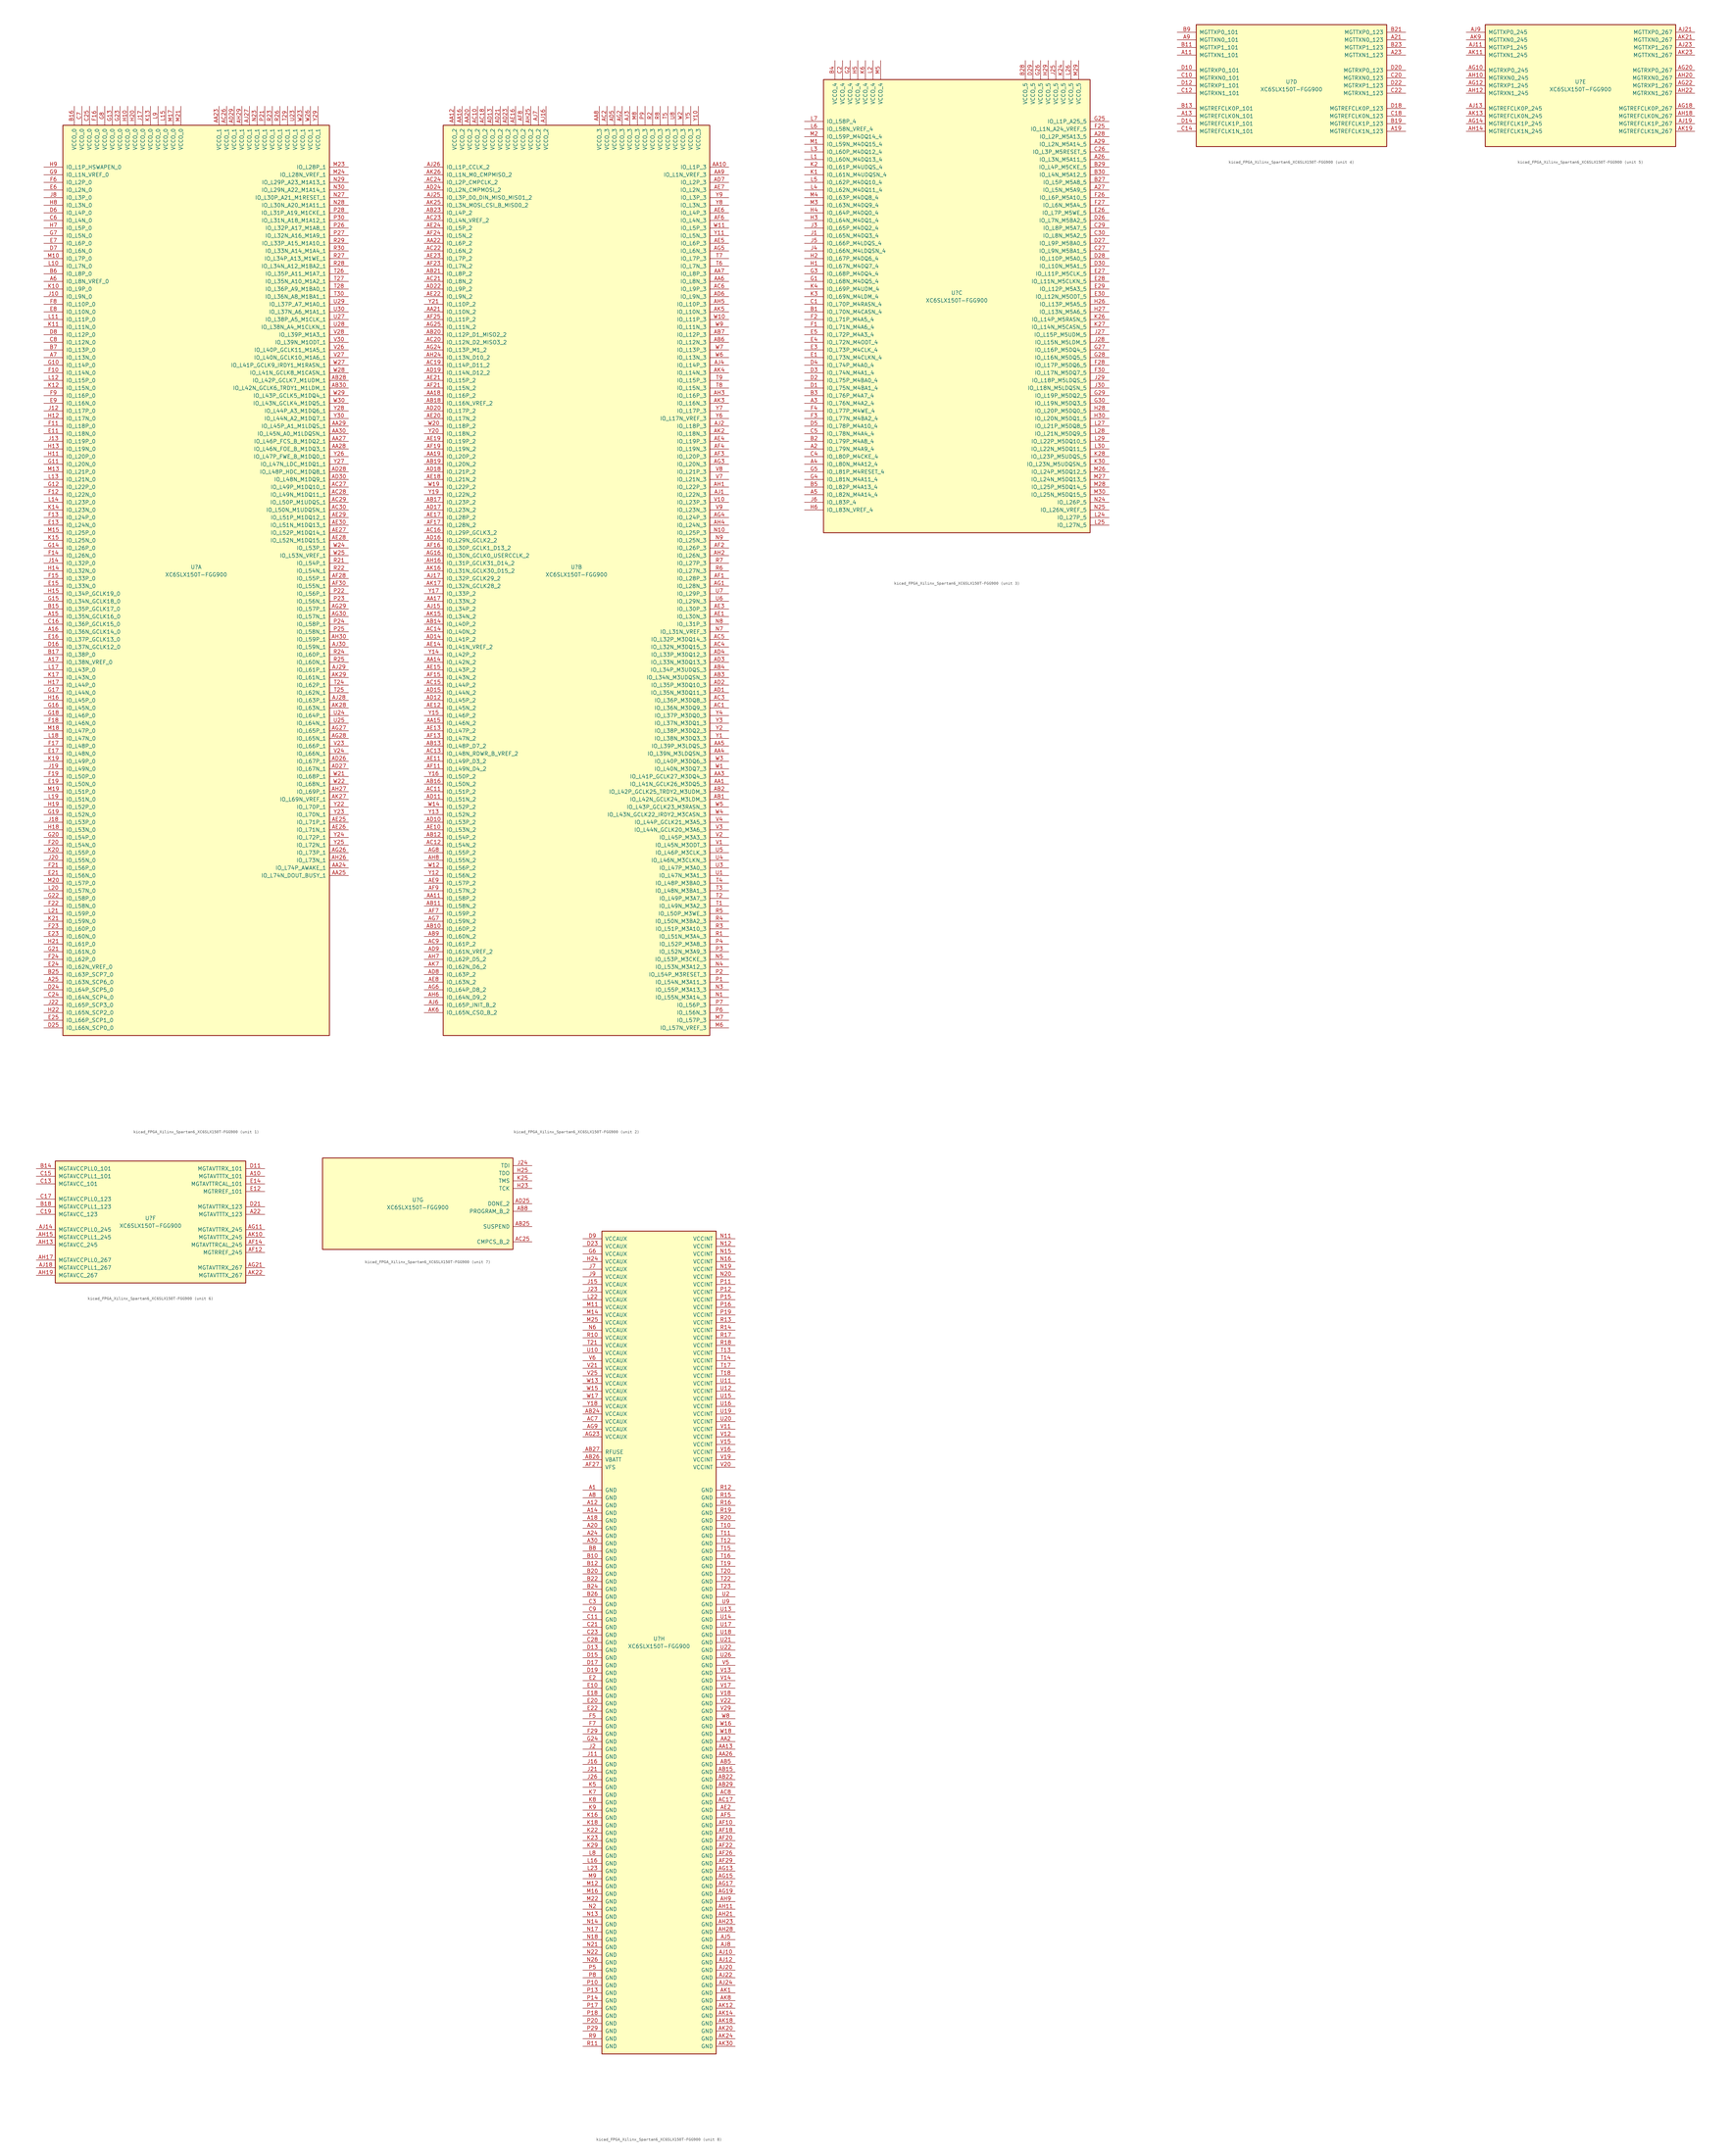
<source format=kicad_sym>
(kicad_symbol_lib
  (version 20220914)
  (generator kicad_symbol_editor)
  (symbol "kicad_FPGA_Xilinx_Spartan6_XC6SLX150T-FGG900"
    (pin_names
      (offset 1.016))
    (property "Reference" "U"
      (at 0 1.27 0)
      (effects (font (size 1.27 1.27))))
    (property "Value" "XC6SLX150T-FGG900"
      (at 0 -1.27 0)
      (effects (font (size 1.27 1.27))))
    (property "Datasheet" ""
      (at 0 0 0)
      (effects (font (size 1.27 1.27))))
    (property "ki_locked" ""
      (at 0 0 0)
      (effects (font (size 1.27 1.27))))
    (symbol "kicad_FPGA_Xilinx_Spartan6_XC6SLX150T-FGG900_1_1"
      (rectangle (start -44.45 148.59) (end 44.45 -154.94) (stroke (width 0.254) (type default)) (fill (type background)))
      (pin bidirectional line (at -50.8 -15.24 0) (length 6.35) (name "IO_L35N_GCLK16_0" (effects (font (size 1.27 1.27)))) (number "A15" (effects (font (size 1.27 1.27)))))
      (pin bidirectional line (at -50.8 -20.32 0) (length 6.35) (name "IO_L36N_GCLK14_0" (effects (font (size 1.27 1.27)))) (number "A16" (effects (font (size 1.27 1.27)))))
      (pin bidirectional line (at -50.8 -30.48 0) (length 6.35) (name "IO_L38N_VREF_0" (effects (font (size 1.27 1.27)))) (number "A17" (effects (font (size 1.27 1.27)))))
      (pin bidirectional line (at -50.8 -137.16 0) (length 6.35) (name "IO_L63N_SCP6_0" (effects (font (size 1.27 1.27)))) (number "A25" (effects (font (size 1.27 1.27)))))
      (pin bidirectional line (at -50.8 96.52 0) (length 6.35) (name "IO_L8N_VREF_0" (effects (font (size 1.27 1.27)))) (number "A6" (effects (font (size 1.27 1.27)))))
      (pin bidirectional line (at -50.8 71.12 0) (length 6.35) (name "IO_L13N_0" (effects (font (size 1.27 1.27)))) (number "A7" (effects (font (size 1.27 1.27)))))
      (pin power_in line (at 7.62 154.94 270) (length 6.35) (name "VCCO_1" (effects (font (size 1.27 1.27)))) (number "AA23" (effects (font (size 1.27 1.27)))))
      (pin bidirectional line (at 50.8 -99.06 180) (length 6.35) (name "IO_L74P_AWAKE_1" (effects (font (size 1.27 1.27)))) (number "AA24" (effects (font (size 1.27 1.27)))))
      (pin bidirectional line (at 50.8 -101.6 180) (length 6.35) (name "IO_L74N_DOUT_BUSY_1" (effects (font (size 1.27 1.27)))) (number "AA25" (effects (font (size 1.27 1.27)))))
      (pin bidirectional line (at 50.8 43.18 180) (length 6.35) (name "IO_L46P_FCS_B_M1DQ2_1" (effects (font (size 1.27 1.27)))) (number "AA27" (effects (font (size 1.27 1.27)))))
      (pin bidirectional line (at 50.8 40.64 180) (length 6.35) (name "IO_L46N_FOE_B_M1DQ3_1" (effects (font (size 1.27 1.27)))) (number "AA28" (effects (font (size 1.27 1.27)))))
      (pin bidirectional line (at 50.8 48.26 180) (length 6.35) (name "IO_L45P_A1_M1LDQS_1" (effects (font (size 1.27 1.27)))) (number "AA29" (effects (font (size 1.27 1.27)))))
      (pin bidirectional line (at 50.8 45.72 180) (length 6.35) (name "IO_L45N_A0_M1LDQSN_1" (effects (font (size 1.27 1.27)))) (number "AA30" (effects (font (size 1.27 1.27)))))
      (pin bidirectional line (at 50.8 63.5 180) (length 6.35) (name "IO_L42P_GCLK7_M1UDM_1" (effects (font (size 1.27 1.27)))) (number "AB28" (effects (font (size 1.27 1.27)))))
      (pin bidirectional line (at 50.8 60.96 180) (length 6.35) (name "IO_L42N_GCLK6_TRDY1_M1LDM_1" (effects (font (size 1.27 1.27)))) (number "AB30" (effects (font (size 1.27 1.27)))))
      (pin power_in line (at 10.16 154.94 270) (length 6.35) (name "VCCO_1" (effects (font (size 1.27 1.27)))) (number "AC26" (effects (font (size 1.27 1.27)))))
      (pin bidirectional line (at 50.8 27.94 180) (length 6.35) (name "IO_L49P_M1DQ10_1" (effects (font (size 1.27 1.27)))) (number "AC27" (effects (font (size 1.27 1.27)))))
      (pin bidirectional line (at 50.8 25.4 180) (length 6.35) (name "IO_L49N_M1DQ11_1" (effects (font (size 1.27 1.27)))) (number "AC28" (effects (font (size 1.27 1.27)))))
      (pin bidirectional line (at 50.8 22.86 180) (length 6.35) (name "IO_L50P_M1UDQS_1" (effects (font (size 1.27 1.27)))) (number "AC29" (effects (font (size 1.27 1.27)))))
      (pin bidirectional line (at 50.8 20.32 180) (length 6.35) (name "IO_L50N_M1UDQSN_1" (effects (font (size 1.27 1.27)))) (number "AC30" (effects (font (size 1.27 1.27)))))
      (pin bidirectional line (at 50.8 -63.5 180) (length 6.35) (name "IO_L67P_1" (effects (font (size 1.27 1.27)))) (number "AD26" (effects (font (size 1.27 1.27)))))
      (pin bidirectional line (at 50.8 -66.04 180) (length 6.35) (name "IO_L67N_1" (effects (font (size 1.27 1.27)))) (number "AD27" (effects (font (size 1.27 1.27)))))
      (pin bidirectional line (at 50.8 33.02 180) (length 6.35) (name "IO_L48P_HDC_M1DQ8_1" (effects (font (size 1.27 1.27)))) (number "AD28" (effects (font (size 1.27 1.27)))))
      (pin power_in line (at 12.7 154.94 270) (length 6.35) (name "VCCO_1" (effects (font (size 1.27 1.27)))) (number "AD29" (effects (font (size 1.27 1.27)))))
      (pin bidirectional line (at 50.8 30.48 180) (length 6.35) (name "IO_L48N_M1DQ9_1" (effects (font (size 1.27 1.27)))) (number "AD30" (effects (font (size 1.27 1.27)))))
      (pin bidirectional line (at 50.8 -83.82 180) (length 6.35) (name "IO_L71P_1" (effects (font (size 1.27 1.27)))) (number "AE25" (effects (font (size 1.27 1.27)))))
      (pin bidirectional line (at 50.8 -86.36 180) (length 6.35) (name "IO_L71N_1" (effects (font (size 1.27 1.27)))) (number "AE26" (effects (font (size 1.27 1.27)))))
      (pin bidirectional line (at 50.8 12.7 180) (length 6.35) (name "IO_L52P_M1DQ14_1" (effects (font (size 1.27 1.27)))) (number "AE27" (effects (font (size 1.27 1.27)))))
      (pin bidirectional line (at 50.8 10.16 180) (length 6.35) (name "IO_L52N_M1DQ15_1" (effects (font (size 1.27 1.27)))) (number "AE28" (effects (font (size 1.27 1.27)))))
      (pin bidirectional line (at 50.8 17.78 180) (length 6.35) (name "IO_L51P_M1DQ12_1" (effects (font (size 1.27 1.27)))) (number "AE29" (effects (font (size 1.27 1.27)))))
      (pin bidirectional line (at 50.8 15.24 180) (length 6.35) (name "IO_L51N_M1DQ13_1" (effects (font (size 1.27 1.27)))) (number "AE30" (effects (font (size 1.27 1.27)))))
      (pin bidirectional line (at 50.8 -2.54 180) (length 6.35) (name "IO_L55P_1" (effects (font (size 1.27 1.27)))) (number "AF28" (effects (font (size 1.27 1.27)))))
      (pin bidirectional line (at 50.8 -5.08 180) (length 6.35) (name "IO_L55N_1" (effects (font (size 1.27 1.27)))) (number "AF30" (effects (font (size 1.27 1.27)))))
      (pin bidirectional line (at 50.8 -93.98 180) (length 6.35) (name "IO_L73P_1" (effects (font (size 1.27 1.27)))) (number "AG26" (effects (font (size 1.27 1.27)))))
      (pin bidirectional line (at 50.8 -53.34 180) (length 6.35) (name "IO_L65P_1" (effects (font (size 1.27 1.27)))) (number "AG27" (effects (font (size 1.27 1.27)))))
      (pin bidirectional line (at 50.8 -55.88 180) (length 6.35) (name "IO_L65N_1" (effects (font (size 1.27 1.27)))) (number "AG28" (effects (font (size 1.27 1.27)))))
      (pin bidirectional line (at 50.8 -12.7 180) (length 6.35) (name "IO_L57P_1" (effects (font (size 1.27 1.27)))) (number "AG29" (effects (font (size 1.27 1.27)))))
      (pin bidirectional line (at 50.8 -15.24 180) (length 6.35) (name "IO_L57N_1" (effects (font (size 1.27 1.27)))) (number "AG30" (effects (font (size 1.27 1.27)))))
      (pin bidirectional line (at 50.8 -96.52 180) (length 6.35) (name "IO_L73N_1" (effects (font (size 1.27 1.27)))) (number "AH26" (effects (font (size 1.27 1.27)))))
      (pin bidirectional line (at 50.8 -73.66 180) (length 6.35) (name "IO_L69P_1" (effects (font (size 1.27 1.27)))) (number "AH27" (effects (font (size 1.27 1.27)))))
      (pin power_in line (at 15.24 154.94 270) (length 6.35) (name "VCCO_1" (effects (font (size 1.27 1.27)))) (number "AH29" (effects (font (size 1.27 1.27)))))
      (pin bidirectional line (at 50.8 -22.86 180) (length 6.35) (name "IO_L59P_1" (effects (font (size 1.27 1.27)))) (number "AH30" (effects (font (size 1.27 1.27)))))
      (pin power_in line (at 17.78 154.94 270) (length 6.35) (name "VCCO_1" (effects (font (size 1.27 1.27)))) (number "AJ27" (effects (font (size 1.27 1.27)))))
      (pin bidirectional line (at 50.8 -43.18 180) (length 6.35) (name "IO_L63P_1" (effects (font (size 1.27 1.27)))) (number "AJ28" (effects (font (size 1.27 1.27)))))
      (pin bidirectional line (at 50.8 -33.02 180) (length 6.35) (name "IO_L61P_1" (effects (font (size 1.27 1.27)))) (number "AJ29" (effects (font (size 1.27 1.27)))))
      (pin bidirectional line (at 50.8 -25.4 180) (length 6.35) (name "IO_L59N_1" (effects (font (size 1.27 1.27)))) (number "AJ30" (effects (font (size 1.27 1.27)))))
      (pin bidirectional line (at 50.8 -76.2 180) (length 6.35) (name "IO_L69N_VREF_1" (effects (font (size 1.27 1.27)))) (number "AK27" (effects (font (size 1.27 1.27)))))
      (pin bidirectional line (at 50.8 -45.72 180) (length 6.35) (name "IO_L63N_1" (effects (font (size 1.27 1.27)))) (number "AK28" (effects (font (size 1.27 1.27)))))
      (pin bidirectional line (at 50.8 -35.56 180) (length 6.35) (name "IO_L61N_1" (effects (font (size 1.27 1.27)))) (number "AK29" (effects (font (size 1.27 1.27)))))
      (pin bidirectional line (at -50.8 -12.7 0) (length 6.35) (name "IO_L35P_GCLK17_0" (effects (font (size 1.27 1.27)))) (number "B15" (effects (font (size 1.27 1.27)))))
      (pin power_in line (at -40.64 154.94 270) (length 6.35) (name "VCCO_0" (effects (font (size 1.27 1.27)))) (number "B16" (effects (font (size 1.27 1.27)))))
      (pin bidirectional line (at -50.8 -27.94 0) (length 6.35) (name "IO_L38P_0" (effects (font (size 1.27 1.27)))) (number "B17" (effects (font (size 1.27 1.27)))))
      (pin bidirectional line (at -50.8 -134.62 0) (length 6.35) (name "IO_L63P_SCP7_0" (effects (font (size 1.27 1.27)))) (number "B25" (effects (font (size 1.27 1.27)))))
      (pin bidirectional line (at -50.8 99.06 0) (length 6.35) (name "IO_L8P_0" (effects (font (size 1.27 1.27)))) (number "B6" (effects (font (size 1.27 1.27)))))
      (pin bidirectional line (at -50.8 73.66 0) (length 6.35) (name "IO_L13P_0" (effects (font (size 1.27 1.27)))) (number "B7" (effects (font (size 1.27 1.27)))))
      (pin bidirectional line (at -50.8 -17.78 0) (length 6.35) (name "IO_L36P_GCLK15_0" (effects (font (size 1.27 1.27)))) (number "C16" (effects (font (size 1.27 1.27)))))
      (pin bidirectional line (at -50.8 -142.24 0) (length 6.35) (name "IO_L64N_SCP4_0" (effects (font (size 1.27 1.27)))) (number "C24" (effects (font (size 1.27 1.27)))))
      (pin power_in line (at -35.56 154.94 270) (length 6.35) (name "VCCO_0" (effects (font (size 1.27 1.27)))) (number "C25" (effects (font (size 1.27 1.27)))))
      (pin bidirectional line (at -50.8 116.84 0) (length 6.35) (name "IO_L4N_0" (effects (font (size 1.27 1.27)))) (number "C6" (effects (font (size 1.27 1.27)))))
      (pin power_in line (at -38.1 154.94 270) (length 6.35) (name "VCCO_0" (effects (font (size 1.27 1.27)))) (number "C7" (effects (font (size 1.27 1.27)))))
      (pin bidirectional line (at -50.8 76.2 0) (length 6.35) (name "IO_L12N_0" (effects (font (size 1.27 1.27)))) (number "C8" (effects (font (size 1.27 1.27)))))
      (pin bidirectional line (at -50.8 -25.4 0) (length 6.35) (name "IO_L37N_GCLK12_0" (effects (font (size 1.27 1.27)))) (number "D16" (effects (font (size 1.27 1.27)))))
      (pin bidirectional line (at -50.8 -139.7 0) (length 6.35) (name "IO_L64P_SCP5_0" (effects (font (size 1.27 1.27)))) (number "D24" (effects (font (size 1.27 1.27)))))
      (pin bidirectional line (at -50.8 -152.4 0) (length 6.35) (name "IO_L66N_SCP0_0" (effects (font (size 1.27 1.27)))) (number "D25" (effects (font (size 1.27 1.27)))))
      (pin bidirectional line (at -50.8 119.38 0) (length 6.35) (name "IO_L4P_0" (effects (font (size 1.27 1.27)))) (number "D6" (effects (font (size 1.27 1.27)))))
      (pin bidirectional line (at -50.8 106.68 0) (length 6.35) (name "IO_L6N_0" (effects (font (size 1.27 1.27)))) (number "D7" (effects (font (size 1.27 1.27)))))
      (pin bidirectional line (at -50.8 78.74 0) (length 6.35) (name "IO_L12P_0" (effects (font (size 1.27 1.27)))) (number "D8" (effects (font (size 1.27 1.27)))))
      (pin bidirectional line (at -50.8 45.72 0) (length 6.35) (name "IO_L18N_0" (effects (font (size 1.27 1.27)))) (number "E11" (effects (font (size 1.27 1.27)))))
      (pin bidirectional line (at -50.8 15.24 0) (length 6.35) (name "IO_L24N_0" (effects (font (size 1.27 1.27)))) (number "E13" (effects (font (size 1.27 1.27)))))
      (pin bidirectional line (at -50.8 -5.08 0) (length 6.35) (name "IO_L33N_0" (effects (font (size 1.27 1.27)))) (number "E15" (effects (font (size 1.27 1.27)))))
      (pin bidirectional line (at -50.8 -22.86 0) (length 6.35) (name "IO_L37P_GCLK13_0" (effects (font (size 1.27 1.27)))) (number "E16" (effects (font (size 1.27 1.27)))))
      (pin bidirectional line (at -50.8 -60.96 0) (length 6.35) (name "IO_L48N_0" (effects (font (size 1.27 1.27)))) (number "E17" (effects (font (size 1.27 1.27)))))
      (pin bidirectional line (at -50.8 -71.12 0) (length 6.35) (name "IO_L50N_0" (effects (font (size 1.27 1.27)))) (number "E19" (effects (font (size 1.27 1.27)))))
      (pin bidirectional line (at -50.8 -101.6 0) (length 6.35) (name "IO_L56N_0" (effects (font (size 1.27 1.27)))) (number "E21" (effects (font (size 1.27 1.27)))))
      (pin bidirectional line (at -50.8 -121.92 0) (length 6.35) (name "IO_L60N_0" (effects (font (size 1.27 1.27)))) (number "E23" (effects (font (size 1.27 1.27)))))
      (pin bidirectional line (at -50.8 -132.08 0) (length 6.35) (name "IO_L62N_VREF_0" (effects (font (size 1.27 1.27)))) (number "E24" (effects (font (size 1.27 1.27)))))
      (pin bidirectional line (at -50.8 -149.86 0) (length 6.35) (name "IO_L66P_SCP1_0" (effects (font (size 1.27 1.27)))) (number "E25" (effects (font (size 1.27 1.27)))))
      (pin bidirectional line (at -50.8 127 0) (length 6.35) (name "IO_L2N_0" (effects (font (size 1.27 1.27)))) (number "E6" (effects (font (size 1.27 1.27)))))
      (pin bidirectional line (at -50.8 109.22 0) (length 6.35) (name "IO_L6P_0" (effects (font (size 1.27 1.27)))) (number "E7" (effects (font (size 1.27 1.27)))))
      (pin bidirectional line (at -50.8 86.36 0) (length 6.35) (name "IO_L10N_0" (effects (font (size 1.27 1.27)))) (number "E8" (effects (font (size 1.27 1.27)))))
      (pin bidirectional line (at -50.8 55.88 0) (length 6.35) (name "IO_L16N_0" (effects (font (size 1.27 1.27)))) (number "E9" (effects (font (size 1.27 1.27)))))
      (pin bidirectional line (at -50.8 66.04 0) (length 6.35) (name "IO_L14N_0" (effects (font (size 1.27 1.27)))) (number "F10" (effects (font (size 1.27 1.27)))))
      (pin bidirectional line (at -50.8 48.26 0) (length 6.35) (name "IO_L18P_0" (effects (font (size 1.27 1.27)))) (number "F11" (effects (font (size 1.27 1.27)))))
      (pin bidirectional line (at -50.8 25.4 0) (length 6.35) (name "IO_L22N_0" (effects (font (size 1.27 1.27)))) (number "F12" (effects (font (size 1.27 1.27)))))
      (pin bidirectional line (at -50.8 17.78 0) (length 6.35) (name "IO_L24P_0" (effects (font (size 1.27 1.27)))) (number "F13" (effects (font (size 1.27 1.27)))))
      (pin bidirectional line (at -50.8 5.08 0) (length 6.35) (name "IO_L26N_0" (effects (font (size 1.27 1.27)))) (number "F14" (effects (font (size 1.27 1.27)))))
      (pin bidirectional line (at -50.8 -2.54 0) (length 6.35) (name "IO_L33P_0" (effects (font (size 1.27 1.27)))) (number "F15" (effects (font (size 1.27 1.27)))))
      (pin power_in line (at -33.02 154.94 270) (length 6.35) (name "VCCO_0" (effects (font (size 1.27 1.27)))) (number "F16" (effects (font (size 1.27 1.27)))))
      (pin bidirectional line (at -50.8 -58.42 0) (length 6.35) (name "IO_L48P_0" (effects (font (size 1.27 1.27)))) (number "F17" (effects (font (size 1.27 1.27)))))
      (pin bidirectional line (at -50.8 -50.8 0) (length 6.35) (name "IO_L46N_0" (effects (font (size 1.27 1.27)))) (number "F18" (effects (font (size 1.27 1.27)))))
      (pin bidirectional line (at -50.8 -68.58 0) (length 6.35) (name "IO_L50P_0" (effects (font (size 1.27 1.27)))) (number "F19" (effects (font (size 1.27 1.27)))))
      (pin bidirectional line (at -50.8 -91.44 0) (length 6.35) (name "IO_L54N_0" (effects (font (size 1.27 1.27)))) (number "F20" (effects (font (size 1.27 1.27)))))
      (pin bidirectional line (at -50.8 -99.06 0) (length 6.35) (name "IO_L56P_0" (effects (font (size 1.27 1.27)))) (number "F21" (effects (font (size 1.27 1.27)))))
      (pin bidirectional line (at -50.8 -111.76 0) (length 6.35) (name "IO_L58N_0" (effects (font (size 1.27 1.27)))) (number "F22" (effects (font (size 1.27 1.27)))))
      (pin bidirectional line (at -50.8 -119.38 0) (length 6.35) (name "IO_L60P_0" (effects (font (size 1.27 1.27)))) (number "F23" (effects (font (size 1.27 1.27)))))
      (pin bidirectional line (at -50.8 -129.54 0) (length 6.35) (name "IO_L62P_0" (effects (font (size 1.27 1.27)))) (number "F24" (effects (font (size 1.27 1.27)))))
      (pin bidirectional line (at -50.8 129.54 0) (length 6.35) (name "IO_L2P_0" (effects (font (size 1.27 1.27)))) (number "F6" (effects (font (size 1.27 1.27)))))
      (pin bidirectional line (at -50.8 88.9 0) (length 6.35) (name "IO_L10P_0" (effects (font (size 1.27 1.27)))) (number "F8" (effects (font (size 1.27 1.27)))))
      (pin bidirectional line (at -50.8 58.42 0) (length 6.35) (name "IO_L16P_0" (effects (font (size 1.27 1.27)))) (number "F9" (effects (font (size 1.27 1.27)))))
      (pin bidirectional line (at -50.8 68.58 0) (length 6.35) (name "IO_L14P_0" (effects (font (size 1.27 1.27)))) (number "G10" (effects (font (size 1.27 1.27)))))
      (pin bidirectional line (at -50.8 35.56 0) (length 6.35) (name "IO_L20N_0" (effects (font (size 1.27 1.27)))) (number "G11" (effects (font (size 1.27 1.27)))))
      (pin bidirectional line (at -50.8 27.94 0) (length 6.35) (name "IO_L22P_0" (effects (font (size 1.27 1.27)))) (number "G12" (effects (font (size 1.27 1.27)))))
      (pin power_in line (at -27.94 154.94 270) (length 6.35) (name "VCCO_0" (effects (font (size 1.27 1.27)))) (number "G13" (effects (font (size 1.27 1.27)))))
      (pin bidirectional line (at -50.8 7.62 0) (length 6.35) (name "IO_L26P_0" (effects (font (size 1.27 1.27)))) (number "G14" (effects (font (size 1.27 1.27)))))
      (pin bidirectional line (at -50.8 -10.16 0) (length 6.35) (name "IO_L34N_GCLK18_0" (effects (font (size 1.27 1.27)))) (number "G15" (effects (font (size 1.27 1.27)))))
      (pin bidirectional line (at -50.8 -45.72 0) (length 6.35) (name "IO_L45N_0" (effects (font (size 1.27 1.27)))) (number "G16" (effects (font (size 1.27 1.27)))))
      (pin bidirectional line (at -50.8 -40.64 0) (length 6.35) (name "IO_L44N_0" (effects (font (size 1.27 1.27)))) (number "G17" (effects (font (size 1.27 1.27)))))
      (pin bidirectional line (at -50.8 -48.26 0) (length 6.35) (name "IO_L46P_0" (effects (font (size 1.27 1.27)))) (number "G18" (effects (font (size 1.27 1.27)))))
      (pin bidirectional line (at -50.8 -81.28 0) (length 6.35) (name "IO_L52N_0" (effects (font (size 1.27 1.27)))) (number "G19" (effects (font (size 1.27 1.27)))))
      (pin bidirectional line (at -50.8 -88.9 0) (length 6.35) (name "IO_L54P_0" (effects (font (size 1.27 1.27)))) (number "G20" (effects (font (size 1.27 1.27)))))
      (pin bidirectional line (at -50.8 -127 0) (length 6.35) (name "IO_L61N_0" (effects (font (size 1.27 1.27)))) (number "G21" (effects (font (size 1.27 1.27)))))
      (pin bidirectional line (at -50.8 -109.22 0) (length 6.35) (name "IO_L58P_0" (effects (font (size 1.27 1.27)))) (number "G22" (effects (font (size 1.27 1.27)))))
      (pin power_in line (at -25.4 154.94 270) (length 6.35) (name "VCCO_0" (effects (font (size 1.27 1.27)))) (number "G23" (effects (font (size 1.27 1.27)))))
      (pin bidirectional line (at -50.8 111.76 0) (length 6.35) (name "IO_L5N_0" (effects (font (size 1.27 1.27)))) (number "G7" (effects (font (size 1.27 1.27)))))
      (pin power_in line (at -30.48 154.94 270) (length 6.35) (name "VCCO_0" (effects (font (size 1.27 1.27)))) (number "G8" (effects (font (size 1.27 1.27)))))
      (pin bidirectional line (at -50.8 132.08 0) (length 6.35) (name "IO_L1N_VREF_0" (effects (font (size 1.27 1.27)))) (number "G9" (effects (font (size 1.27 1.27)))))
      (pin power_in line (at -22.86 154.94 270) (length 6.35) (name "VCCO_0" (effects (font (size 1.27 1.27)))) (number "H10" (effects (font (size 1.27 1.27)))))
      (pin bidirectional line (at -50.8 38.1 0) (length 6.35) (name "IO_L20P_0" (effects (font (size 1.27 1.27)))) (number "H11" (effects (font (size 1.27 1.27)))))
      (pin bidirectional line (at -50.8 50.8 0) (length 6.35) (name "IO_L17N_0" (effects (font (size 1.27 1.27)))) (number "H12" (effects (font (size 1.27 1.27)))))
      (pin bidirectional line (at -50.8 40.64 0) (length 6.35) (name "IO_L19N_0" (effects (font (size 1.27 1.27)))) (number "H13" (effects (font (size 1.27 1.27)))))
      (pin bidirectional line (at -50.8 0 0) (length 6.35) (name "IO_L32N_0" (effects (font (size 1.27 1.27)))) (number "H14" (effects (font (size 1.27 1.27)))))
      (pin bidirectional line (at -50.8 -7.62 0) (length 6.35) (name "IO_L34P_GCLK19_0" (effects (font (size 1.27 1.27)))) (number "H15" (effects (font (size 1.27 1.27)))))
      (pin bidirectional line (at -50.8 -43.18 0) (length 6.35) (name "IO_L45P_0" (effects (font (size 1.27 1.27)))) (number "H16" (effects (font (size 1.27 1.27)))))
      (pin bidirectional line (at -50.8 -38.1 0) (length 6.35) (name "IO_L44P_0" (effects (font (size 1.27 1.27)))) (number "H17" (effects (font (size 1.27 1.27)))))
      (pin bidirectional line (at -50.8 -86.36 0) (length 6.35) (name "IO_L53N_0" (effects (font (size 1.27 1.27)))) (number "H18" (effects (font (size 1.27 1.27)))))
      (pin bidirectional line (at -50.8 -78.74 0) (length 6.35) (name "IO_L52P_0" (effects (font (size 1.27 1.27)))) (number "H19" (effects (font (size 1.27 1.27)))))
      (pin power_in line (at -20.32 154.94 270) (length 6.35) (name "VCCO_0" (effects (font (size 1.27 1.27)))) (number "H20" (effects (font (size 1.27 1.27)))))
      (pin bidirectional line (at -50.8 -124.46 0) (length 6.35) (name "IO_L61P_0" (effects (font (size 1.27 1.27)))) (number "H21" (effects (font (size 1.27 1.27)))))
      (pin bidirectional line (at -50.8 -147.32 0) (length 6.35) (name "IO_L65N_SCP2_0" (effects (font (size 1.27 1.27)))) (number "H22" (effects (font (size 1.27 1.27)))))
      (pin bidirectional line (at -50.8 114.3 0) (length 6.35) (name "IO_L5P_0" (effects (font (size 1.27 1.27)))) (number "H7" (effects (font (size 1.27 1.27)))))
      (pin bidirectional line (at -50.8 121.92 0) (length 6.35) (name "IO_L3N_0" (effects (font (size 1.27 1.27)))) (number "H8" (effects (font (size 1.27 1.27)))))
      (pin bidirectional line (at -50.8 134.62 0) (length 6.35) (name "IO_L1P_HSWAPEN_0" (effects (font (size 1.27 1.27)))) (number "H9" (effects (font (size 1.27 1.27)))))
      (pin bidirectional line (at -50.8 91.44 0) (length 6.35) (name "IO_L9N_0" (effects (font (size 1.27 1.27)))) (number "J10" (effects (font (size 1.27 1.27)))))
      (pin bidirectional line (at -50.8 53.34 0) (length 6.35) (name "IO_L17P_0" (effects (font (size 1.27 1.27)))) (number "J12" (effects (font (size 1.27 1.27)))))
      (pin bidirectional line (at -50.8 43.18 0) (length 6.35) (name "IO_L19P_0" (effects (font (size 1.27 1.27)))) (number "J13" (effects (font (size 1.27 1.27)))))
      (pin bidirectional line (at -50.8 2.54 0) (length 6.35) (name "IO_L32P_0" (effects (font (size 1.27 1.27)))) (number "J14" (effects (font (size 1.27 1.27)))))
      (pin power_in line (at -17.78 154.94 270) (length 6.35) (name "VCCO_0" (effects (font (size 1.27 1.27)))) (number "J17" (effects (font (size 1.27 1.27)))))
      (pin bidirectional line (at -50.8 -83.82 0) (length 6.35) (name "IO_L53P_0" (effects (font (size 1.27 1.27)))) (number "J18" (effects (font (size 1.27 1.27)))))
      (pin bidirectional line (at -50.8 -66.04 0) (length 6.35) (name "IO_L49N_0" (effects (font (size 1.27 1.27)))) (number "J19" (effects (font (size 1.27 1.27)))))
      (pin bidirectional line (at -50.8 -96.52 0) (length 6.35) (name "IO_L55N_0" (effects (font (size 1.27 1.27)))) (number "J20" (effects (font (size 1.27 1.27)))))
      (pin bidirectional line (at -50.8 -144.78 0) (length 6.35) (name "IO_L65P_SCP3_0" (effects (font (size 1.27 1.27)))) (number "J22" (effects (font (size 1.27 1.27)))))
      (pin bidirectional line (at -50.8 124.46 0) (length 6.35) (name "IO_L3P_0" (effects (font (size 1.27 1.27)))) (number "J8" (effects (font (size 1.27 1.27)))))
      (pin bidirectional line (at -50.8 93.98 0) (length 6.35) (name "IO_L9P_0" (effects (font (size 1.27 1.27)))) (number "K10" (effects (font (size 1.27 1.27)))))
      (pin bidirectional line (at -50.8 81.28 0) (length 6.35) (name "IO_L11N_0" (effects (font (size 1.27 1.27)))) (number "K11" (effects (font (size 1.27 1.27)))))
      (pin bidirectional line (at -50.8 60.96 0) (length 6.35) (name "IO_L15N_0" (effects (font (size 1.27 1.27)))) (number "K12" (effects (font (size 1.27 1.27)))))
      (pin power_in line (at -15.24 154.94 270) (length 6.35) (name "VCCO_0" (effects (font (size 1.27 1.27)))) (number "K13" (effects (font (size 1.27 1.27)))))
      (pin bidirectional line (at -50.8 20.32 0) (length 6.35) (name "IO_L23N_0" (effects (font (size 1.27 1.27)))) (number "K14" (effects (font (size 1.27 1.27)))))
      (pin bidirectional line (at -50.8 10.16 0) (length 6.35) (name "IO_L25N_0" (effects (font (size 1.27 1.27)))) (number "K15" (effects (font (size 1.27 1.27)))))
      (pin bidirectional line (at -50.8 -35.56 0) (length 6.35) (name "IO_L43N_0" (effects (font (size 1.27 1.27)))) (number "K17" (effects (font (size 1.27 1.27)))))
      (pin bidirectional line (at -50.8 -63.5 0) (length 6.35) (name "IO_L49P_0" (effects (font (size 1.27 1.27)))) (number "K19" (effects (font (size 1.27 1.27)))))
      (pin bidirectional line (at -50.8 -93.98 0) (length 6.35) (name "IO_L55P_0" (effects (font (size 1.27 1.27)))) (number "K20" (effects (font (size 1.27 1.27)))))
      (pin bidirectional line (at -50.8 -116.84 0) (length 6.35) (name "IO_L59N_0" (effects (font (size 1.27 1.27)))) (number "K21" (effects (font (size 1.27 1.27)))))
      (pin bidirectional line (at -50.8 101.6 0) (length 6.35) (name "IO_L7N_0" (effects (font (size 1.27 1.27)))) (number "L10" (effects (font (size 1.27 1.27)))))
      (pin bidirectional line (at -50.8 83.82 0) (length 6.35) (name "IO_L11P_0" (effects (font (size 1.27 1.27)))) (number "L11" (effects (font (size 1.27 1.27)))))
      (pin bidirectional line (at -50.8 63.5 0) (length 6.35) (name "IO_L15P_0" (effects (font (size 1.27 1.27)))) (number "L12" (effects (font (size 1.27 1.27)))))
      (pin bidirectional line (at -50.8 30.48 0) (length 6.35) (name "IO_L21N_0" (effects (font (size 1.27 1.27)))) (number "L13" (effects (font (size 1.27 1.27)))))
      (pin bidirectional line (at -50.8 22.86 0) (length 6.35) (name "IO_L23P_0" (effects (font (size 1.27 1.27)))) (number "L14" (effects (font (size 1.27 1.27)))))
      (pin power_in line (at -10.16 154.94 270) (length 6.35) (name "VCCO_0" (effects (font (size 1.27 1.27)))) (number "L15" (effects (font (size 1.27 1.27)))))
      (pin bidirectional line (at -50.8 -33.02 0) (length 6.35) (name "IO_L43P_0" (effects (font (size 1.27 1.27)))) (number "L17" (effects (font (size 1.27 1.27)))))
      (pin bidirectional line (at -50.8 -55.88 0) (length 6.35) (name "IO_L47N_0" (effects (font (size 1.27 1.27)))) (number "L18" (effects (font (size 1.27 1.27)))))
      (pin bidirectional line (at -50.8 -76.2 0) (length 6.35) (name "IO_L51N_0" (effects (font (size 1.27 1.27)))) (number "L19" (effects (font (size 1.27 1.27)))))
      (pin bidirectional line (at -50.8 -106.68 0) (length 6.35) (name "IO_L57N_0" (effects (font (size 1.27 1.27)))) (number "L20" (effects (font (size 1.27 1.27)))))
      (pin bidirectional line (at -50.8 -114.3 0) (length 6.35) (name "IO_L59P_0" (effects (font (size 1.27 1.27)))) (number "L21" (effects (font (size 1.27 1.27)))))
      (pin power_in line (at -12.7 154.94 270) (length 6.35) (name "VCCO_0" (effects (font (size 1.27 1.27)))) (number "L9" (effects (font (size 1.27 1.27)))))
      (pin bidirectional line (at -50.8 104.14 0) (length 6.35) (name "IO_L7P_0" (effects (font (size 1.27 1.27)))) (number "M10" (effects (font (size 1.27 1.27)))))
      (pin bidirectional line (at -50.8 33.02 0) (length 6.35) (name "IO_L21P_0" (effects (font (size 1.27 1.27)))) (number "M13" (effects (font (size 1.27 1.27)))))
      (pin bidirectional line (at -50.8 12.7 0) (length 6.35) (name "IO_L25P_0" (effects (font (size 1.27 1.27)))) (number "M15" (effects (font (size 1.27 1.27)))))
      (pin power_in line (at -7.62 154.94 270) (length 6.35) (name "VCCO_0" (effects (font (size 1.27 1.27)))) (number "M17" (effects (font (size 1.27 1.27)))))
      (pin bidirectional line (at -50.8 -53.34 0) (length 6.35) (name "IO_L47P_0" (effects (font (size 1.27 1.27)))) (number "M18" (effects (font (size 1.27 1.27)))))
      (pin bidirectional line (at -50.8 -73.66 0) (length 6.35) (name "IO_L51P_0" (effects (font (size 1.27 1.27)))) (number "M19" (effects (font (size 1.27 1.27)))))
      (pin bidirectional line (at -50.8 -104.14 0) (length 6.35) (name "IO_L57P_0" (effects (font (size 1.27 1.27)))) (number "M20" (effects (font (size 1.27 1.27)))))
      (pin power_in line (at -5.08 154.94 270) (length 6.35) (name "VCCO_0" (effects (font (size 1.27 1.27)))) (number "M21" (effects (font (size 1.27 1.27)))))
      (pin bidirectional line (at 50.8 134.62 180) (length 6.35) (name "IO_L28P_1" (effects (font (size 1.27 1.27)))) (number "M23" (effects (font (size 1.27 1.27)))))
      (pin bidirectional line (at 50.8 132.08 180) (length 6.35) (name "IO_L28N_VREF_1" (effects (font (size 1.27 1.27)))) (number "M24" (effects (font (size 1.27 1.27)))))
      (pin power_in line (at 20.32 154.94 270) (length 6.35) (name "VCCO_1" (effects (font (size 1.27 1.27)))) (number "N23" (effects (font (size 1.27 1.27)))))
      (pin bidirectional line (at 50.8 124.46 180) (length 6.35) (name "IO_L30P_A21_M1RESET_1" (effects (font (size 1.27 1.27)))) (number "N27" (effects (font (size 1.27 1.27)))))
      (pin bidirectional line (at 50.8 121.92 180) (length 6.35) (name "IO_L30N_A20_M1A11_1" (effects (font (size 1.27 1.27)))) (number "N28" (effects (font (size 1.27 1.27)))))
      (pin bidirectional line (at 50.8 129.54 180) (length 6.35) (name "IO_L29P_A23_M1A13_1" (effects (font (size 1.27 1.27)))) (number "N29" (effects (font (size 1.27 1.27)))))
      (pin bidirectional line (at 50.8 127 180) (length 6.35) (name "IO_L29N_A22_M1A14_1" (effects (font (size 1.27 1.27)))) (number "N30" (effects (font (size 1.27 1.27)))))
      (pin power_in line (at 22.86 154.94 270) (length 6.35) (name "VCCO_1" (effects (font (size 1.27 1.27)))) (number "P21" (effects (font (size 1.27 1.27)))))
      (pin bidirectional line (at 50.8 -7.62 180) (length 6.35) (name "IO_L56P_1" (effects (font (size 1.27 1.27)))) (number "P22" (effects (font (size 1.27 1.27)))))
      (pin bidirectional line (at 50.8 -10.16 180) (length 6.35) (name "IO_L56N_1" (effects (font (size 1.27 1.27)))) (number "P23" (effects (font (size 1.27 1.27)))))
      (pin bidirectional line (at 50.8 -17.78 180) (length 6.35) (name "IO_L58P_1" (effects (font (size 1.27 1.27)))) (number "P24" (effects (font (size 1.27 1.27)))))
      (pin bidirectional line (at 50.8 -20.32 180) (length 6.35) (name "IO_L58N_1" (effects (font (size 1.27 1.27)))) (number "P25" (effects (font (size 1.27 1.27)))))
      (pin bidirectional line (at 50.8 114.3 180) (length 6.35) (name "IO_L32P_A17_M1A8_1" (effects (font (size 1.27 1.27)))) (number "P26" (effects (font (size 1.27 1.27)))))
      (pin bidirectional line (at 50.8 111.76 180) (length 6.35) (name "IO_L32N_A16_M1A9_1" (effects (font (size 1.27 1.27)))) (number "P27" (effects (font (size 1.27 1.27)))))
      (pin bidirectional line (at 50.8 119.38 180) (length 6.35) (name "IO_L31P_A19_M1CKE_1" (effects (font (size 1.27 1.27)))) (number "P28" (effects (font (size 1.27 1.27)))))
      (pin bidirectional line (at 50.8 116.84 180) (length 6.35) (name "IO_L31N_A18_M1A12_1" (effects (font (size 1.27 1.27)))) (number "P30" (effects (font (size 1.27 1.27)))))
      (pin bidirectional line (at 50.8 2.54 180) (length 6.35) (name "IO_L54P_1" (effects (font (size 1.27 1.27)))) (number "R21" (effects (font (size 1.27 1.27)))))
      (pin bidirectional line (at 50.8 0 180) (length 6.35) (name "IO_L54N_1" (effects (font (size 1.27 1.27)))) (number "R22" (effects (font (size 1.27 1.27)))))
      (pin power_in line (at 25.4 154.94 270) (length 6.35) (name "VCCO_1" (effects (font (size 1.27 1.27)))) (number "R23" (effects (font (size 1.27 1.27)))))
      (pin bidirectional line (at 50.8 -27.94 180) (length 6.35) (name "IO_L60P_1" (effects (font (size 1.27 1.27)))) (number "R24" (effects (font (size 1.27 1.27)))))
      (pin bidirectional line (at 50.8 -30.48 180) (length 6.35) (name "IO_L60N_1" (effects (font (size 1.27 1.27)))) (number "R25" (effects (font (size 1.27 1.27)))))
      (pin power_in line (at 27.94 154.94 270) (length 6.35) (name "VCCO_1" (effects (font (size 1.27 1.27)))) (number "R26" (effects (font (size 1.27 1.27)))))
      (pin bidirectional line (at 50.8 104.14 180) (length 6.35) (name "IO_L34P_A13_M1WE_1" (effects (font (size 1.27 1.27)))) (number "R27" (effects (font (size 1.27 1.27)))))
      (pin bidirectional line (at 50.8 101.6 180) (length 6.35) (name "IO_L34N_A12_M1BA2_1" (effects (font (size 1.27 1.27)))) (number "R28" (effects (font (size 1.27 1.27)))))
      (pin bidirectional line (at 50.8 109.22 180) (length 6.35) (name "IO_L33P_A15_M1A10_1" (effects (font (size 1.27 1.27)))) (number "R29" (effects (font (size 1.27 1.27)))))
      (pin bidirectional line (at 50.8 106.68 180) (length 6.35) (name "IO_L33N_A14_M1A4_1" (effects (font (size 1.27 1.27)))) (number "R30" (effects (font (size 1.27 1.27)))))
      (pin bidirectional line (at 50.8 -38.1 180) (length 6.35) (name "IO_L62P_1" (effects (font (size 1.27 1.27)))) (number "T24" (effects (font (size 1.27 1.27)))))
      (pin bidirectional line (at 50.8 -40.64 180) (length 6.35) (name "IO_L62N_1" (effects (font (size 1.27 1.27)))) (number "T25" (effects (font (size 1.27 1.27)))))
      (pin bidirectional line (at 50.8 99.06 180) (length 6.35) (name "IO_L35P_A11_M1A7_1" (effects (font (size 1.27 1.27)))) (number "T26" (effects (font (size 1.27 1.27)))))
      (pin bidirectional line (at 50.8 96.52 180) (length 6.35) (name "IO_L35N_A10_M1A2_1" (effects (font (size 1.27 1.27)))) (number "T27" (effects (font (size 1.27 1.27)))))
      (pin bidirectional line (at 50.8 93.98 180) (length 6.35) (name "IO_L36P_A9_M1BA0_1" (effects (font (size 1.27 1.27)))) (number "T28" (effects (font (size 1.27 1.27)))))
      (pin power_in line (at 30.48 154.94 270) (length 6.35) (name "VCCO_1" (effects (font (size 1.27 1.27)))) (number "T29" (effects (font (size 1.27 1.27)))))
      (pin bidirectional line (at 50.8 91.44 180) (length 6.35) (name "IO_L36N_A8_M1BA1_1" (effects (font (size 1.27 1.27)))) (number "T30" (effects (font (size 1.27 1.27)))))
      (pin power_in line (at 33.02 154.94 270) (length 6.35) (name "VCCO_1" (effects (font (size 1.27 1.27)))) (number "U23" (effects (font (size 1.27 1.27)))))
      (pin bidirectional line (at 50.8 -48.26 180) (length 6.35) (name "IO_L64P_1" (effects (font (size 1.27 1.27)))) (number "U24" (effects (font (size 1.27 1.27)))))
      (pin bidirectional line (at 50.8 -50.8 180) (length 6.35) (name "IO_L64N_1" (effects (font (size 1.27 1.27)))) (number "U25" (effects (font (size 1.27 1.27)))))
      (pin bidirectional line (at 50.8 83.82 180) (length 6.35) (name "IO_L38P_A5_M1CLK_1" (effects (font (size 1.27 1.27)))) (number "U27" (effects (font (size 1.27 1.27)))))
      (pin bidirectional line (at 50.8 81.28 180) (length 6.35) (name "IO_L38N_A4_M1CLKN_1" (effects (font (size 1.27 1.27)))) (number "U28" (effects (font (size 1.27 1.27)))))
      (pin bidirectional line (at 50.8 88.9 180) (length 6.35) (name "IO_L37P_A7_M1A0_1" (effects (font (size 1.27 1.27)))) (number "U29" (effects (font (size 1.27 1.27)))))
      (pin bidirectional line (at 50.8 86.36 180) (length 6.35) (name "IO_L37N_A6_M1A1_1" (effects (font (size 1.27 1.27)))) (number "U30" (effects (font (size 1.27 1.27)))))
      (pin bidirectional line (at 50.8 -58.42 180) (length 6.35) (name "IO_L66P_1" (effects (font (size 1.27 1.27)))) (number "V23" (effects (font (size 1.27 1.27)))))
      (pin bidirectional line (at 50.8 -60.96 180) (length 6.35) (name "IO_L66N_1" (effects (font (size 1.27 1.27)))) (number "V24" (effects (font (size 1.27 1.27)))))
      (pin bidirectional line (at 50.8 73.66 180) (length 6.35) (name "IO_L40P_GCLK11_M1A5_1" (effects (font (size 1.27 1.27)))) (number "V26" (effects (font (size 1.27 1.27)))))
      (pin bidirectional line (at 50.8 71.12 180) (length 6.35) (name "IO_L40N_GCLK10_M1A6_1" (effects (font (size 1.27 1.27)))) (number "V27" (effects (font (size 1.27 1.27)))))
      (pin bidirectional line (at 50.8 78.74 180) (length 6.35) (name "IO_L39P_M1A3_1" (effects (font (size 1.27 1.27)))) (number "V28" (effects (font (size 1.27 1.27)))))
      (pin bidirectional line (at 50.8 76.2 180) (length 6.35) (name "IO_L39N_M1ODT_1" (effects (font (size 1.27 1.27)))) (number "V30" (effects (font (size 1.27 1.27)))))
      (pin bidirectional line (at 50.8 -68.58 180) (length 6.35) (name "IO_L68P_1" (effects (font (size 1.27 1.27)))) (number "W21" (effects (font (size 1.27 1.27)))))
      (pin bidirectional line (at 50.8 -71.12 180) (length 6.35) (name "IO_L68N_1" (effects (font (size 1.27 1.27)))) (number "W22" (effects (font (size 1.27 1.27)))))
      (pin power_in line (at 35.56 154.94 270) (length 6.35) (name "VCCO_1" (effects (font (size 1.27 1.27)))) (number "W23" (effects (font (size 1.27 1.27)))))
      (pin bidirectional line (at 50.8 7.62 180) (length 6.35) (name "IO_L53P_1" (effects (font (size 1.27 1.27)))) (number "W24" (effects (font (size 1.27 1.27)))))
      (pin bidirectional line (at 50.8 5.08 180) (length 6.35) (name "IO_L53N_VREF_1" (effects (font (size 1.27 1.27)))) (number "W25" (effects (font (size 1.27 1.27)))))
      (pin power_in line (at 38.1 154.94 270) (length 6.35) (name "VCCO_1" (effects (font (size 1.27 1.27)))) (number "W26" (effects (font (size 1.27 1.27)))))
      (pin bidirectional line (at 50.8 68.58 180) (length 6.35) (name "IO_L41P_GCLK9_IRDY1_M1RASN_1" (effects (font (size 1.27 1.27)))) (number "W27" (effects (font (size 1.27 1.27)))))
      (pin bidirectional line (at 50.8 66.04 180) (length 6.35) (name "IO_L41N_GCLK8_M1CASN_1" (effects (font (size 1.27 1.27)))) (number "W28" (effects (font (size 1.27 1.27)))))
      (pin bidirectional line (at 50.8 58.42 180) (length 6.35) (name "IO_L43P_GCLK5_M1DQ4_1" (effects (font (size 1.27 1.27)))) (number "W29" (effects (font (size 1.27 1.27)))))
      (pin bidirectional line (at 50.8 55.88 180) (length 6.35) (name "IO_L43N_GCLK4_M1DQ5_1" (effects (font (size 1.27 1.27)))) (number "W30" (effects (font (size 1.27 1.27)))))
      (pin bidirectional line (at 50.8 -78.74 180) (length 6.35) (name "IO_L70P_1" (effects (font (size 1.27 1.27)))) (number "Y22" (effects (font (size 1.27 1.27)))))
      (pin bidirectional line (at 50.8 -81.28 180) (length 6.35) (name "IO_L70N_1" (effects (font (size 1.27 1.27)))) (number "Y23" (effects (font (size 1.27 1.27)))))
      (pin bidirectional line (at 50.8 -88.9 180) (length 6.35) (name "IO_L72P_1" (effects (font (size 1.27 1.27)))) (number "Y24" (effects (font (size 1.27 1.27)))))
      (pin bidirectional line (at 50.8 -91.44 180) (length 6.35) (name "IO_L72N_1" (effects (font (size 1.27 1.27)))) (number "Y25" (effects (font (size 1.27 1.27)))))
      (pin bidirectional line (at 50.8 38.1 180) (length 6.35) (name "IO_L47P_FWE_B_M1DQ0_1" (effects (font (size 1.27 1.27)))) (number "Y26" (effects (font (size 1.27 1.27)))))
      (pin bidirectional line (at 50.8 35.56 180) (length 6.35) (name "IO_L47N_LDC_M1DQ1_1" (effects (font (size 1.27 1.27)))) (number "Y27" (effects (font (size 1.27 1.27)))))
      (pin bidirectional line (at 50.8 53.34 180) (length 6.35) (name "IO_L44P_A3_M1DQ6_1" (effects (font (size 1.27 1.27)))) (number "Y28" (effects (font (size 1.27 1.27)))))
      (pin power_in line (at 40.64 154.94 270) (length 6.35) (name "VCCO_1" (effects (font (size 1.27 1.27)))) (number "Y29" (effects (font (size 1.27 1.27)))))
      (pin bidirectional line (at 50.8 50.8 180) (length 6.35) (name "IO_L44N_A2_M1DQ7_1" (effects (font (size 1.27 1.27)))) (number "Y30" (effects (font (size 1.27 1.27))))))
    (symbol "kicad_FPGA_Xilinx_Spartan6_XC6SLX150T-FGG900_2_1"
      (rectangle (start -44.45 148.59) (end 44.45 -154.94) (stroke (width 0.254) (type default)) (fill (type background)))
      (pin bidirectional line (at 50.8 -71.12 180) (length 6.35) (name "IO_L41N_GCLK26_M3DQ5_3" (effects (font (size 1.27 1.27)))) (number "AA1" (effects (font (size 1.27 1.27)))))
      (pin bidirectional line (at 50.8 134.62 180) (length 6.35) (name "IO_L1P_3" (effects (font (size 1.27 1.27)))) (number "AA10" (effects (font (size 1.27 1.27)))))
      (pin bidirectional line (at -50.8 -109.22 0) (length 6.35) (name "IO_L58P_2" (effects (font (size 1.27 1.27)))) (number "AA11" (effects (font (size 1.27 1.27)))))
      (pin power_in line (at -40.64 154.94 270) (length 6.35) (name "VCCO_2" (effects (font (size 1.27 1.27)))) (number "AA12" (effects (font (size 1.27 1.27)))))
      (pin bidirectional line (at -50.8 -30.48 0) (length 6.35) (name "IO_L42N_2" (effects (font (size 1.27 1.27)))) (number "AA14" (effects (font (size 1.27 1.27)))))
      (pin bidirectional line (at -50.8 -50.8 0) (length 6.35) (name "IO_L46N_2" (effects (font (size 1.27 1.27)))) (number "AA15" (effects (font (size 1.27 1.27)))))
      (pin power_in line (at -38.1 154.94 270) (length 6.35) (name "VCCO_2" (effects (font (size 1.27 1.27)))) (number "AA16" (effects (font (size 1.27 1.27)))))
      (pin bidirectional line (at -50.8 -10.16 0) (length 6.35) (name "IO_L33N_2" (effects (font (size 1.27 1.27)))) (number "AA17" (effects (font (size 1.27 1.27)))))
      (pin bidirectional line (at -50.8 58.42 0) (length 6.35) (name "IO_L16P_2" (effects (font (size 1.27 1.27)))) (number "AA18" (effects (font (size 1.27 1.27)))))
      (pin bidirectional line (at -50.8 38.1 0) (length 6.35) (name "IO_L20P_2" (effects (font (size 1.27 1.27)))) (number "AA19" (effects (font (size 1.27 1.27)))))
      (pin power_in line (at -35.56 154.94 270) (length 6.35) (name "VCCO_2" (effects (font (size 1.27 1.27)))) (number "AA20" (effects (font (size 1.27 1.27)))))
      (pin bidirectional line (at -50.8 86.36 0) (length 6.35) (name "IO_L10N_2" (effects (font (size 1.27 1.27)))) (number "AA21" (effects (font (size 1.27 1.27)))))
      (pin bidirectional line (at -50.8 109.22 0) (length 6.35) (name "IO_L6P_2" (effects (font (size 1.27 1.27)))) (number "AA22" (effects (font (size 1.27 1.27)))))
      (pin bidirectional line (at 50.8 -68.58 180) (length 6.35) (name "IO_L41P_GCLK27_M3DQ4_3" (effects (font (size 1.27 1.27)))) (number "AA3" (effects (font (size 1.27 1.27)))))
      (pin bidirectional line (at 50.8 -60.96 180) (length 6.35) (name "IO_L39N_M3LDQSN_3" (effects (font (size 1.27 1.27)))) (number "AA4" (effects (font (size 1.27 1.27)))))
      (pin bidirectional line (at 50.8 -58.42 180) (length 6.35) (name "IO_L39P_M3LDQS_3" (effects (font (size 1.27 1.27)))) (number "AA5" (effects (font (size 1.27 1.27)))))
      (pin bidirectional line (at 50.8 96.52 180) (length 6.35) (name "IO_L8N_3" (effects (font (size 1.27 1.27)))) (number "AA6" (effects (font (size 1.27 1.27)))))
      (pin bidirectional line (at 50.8 99.06 180) (length 6.35) (name "IO_L8P_3" (effects (font (size 1.27 1.27)))) (number "AA7" (effects (font (size 1.27 1.27)))))
      (pin power_in line (at 7.62 154.94 270) (length 6.35) (name "VCCO_3" (effects (font (size 1.27 1.27)))) (number "AA8" (effects (font (size 1.27 1.27)))))
      (pin bidirectional line (at 50.8 132.08 180) (length 6.35) (name "IO_L1N_VREF_3" (effects (font (size 1.27 1.27)))) (number "AA9" (effects (font (size 1.27 1.27)))))
      (pin bidirectional line (at 50.8 -76.2 180) (length 6.35) (name "IO_L42N_GCLK24_M3LDM_3" (effects (font (size 1.27 1.27)))) (number "AB1" (effects (font (size 1.27 1.27)))))
      (pin bidirectional line (at -50.8 -119.38 0) (length 6.35) (name "IO_L60P_2" (effects (font (size 1.27 1.27)))) (number "AB10" (effects (font (size 1.27 1.27)))))
      (pin bidirectional line (at -50.8 -111.76 0) (length 6.35) (name "IO_L58N_2" (effects (font (size 1.27 1.27)))) (number "AB11" (effects (font (size 1.27 1.27)))))
      (pin bidirectional line (at -50.8 -88.9 0) (length 6.35) (name "IO_L54P_2" (effects (font (size 1.27 1.27)))) (number "AB12" (effects (font (size 1.27 1.27)))))
      (pin bidirectional line (at -50.8 -58.42 0) (length 6.35) (name "IO_L48P_D7_2" (effects (font (size 1.27 1.27)))) (number "AB13" (effects (font (size 1.27 1.27)))))
      (pin bidirectional line (at -50.8 -17.78 0) (length 6.35) (name "IO_L40P_2" (effects (font (size 1.27 1.27)))) (number "AB14" (effects (font (size 1.27 1.27)))))
      (pin bidirectional line (at -50.8 -71.12 0) (length 6.35) (name "IO_L50N_2" (effects (font (size 1.27 1.27)))) (number "AB16" (effects (font (size 1.27 1.27)))))
      (pin bidirectional line (at -50.8 22.86 0) (length 6.35) (name "IO_L23P_2" (effects (font (size 1.27 1.27)))) (number "AB17" (effects (font (size 1.27 1.27)))))
      (pin bidirectional line (at -50.8 55.88 0) (length 6.35) (name "IO_L16N_VREF_2" (effects (font (size 1.27 1.27)))) (number "AB18" (effects (font (size 1.27 1.27)))))
      (pin bidirectional line (at -50.8 35.56 0) (length 6.35) (name "IO_L20N_2" (effects (font (size 1.27 1.27)))) (number "AB19" (effects (font (size 1.27 1.27)))))
      (pin bidirectional line (at 50.8 -73.66 180) (length 6.35) (name "IO_L42P_GCLK25_TRDY2_M3UDM_3" (effects (font (size 1.27 1.27)))) (number "AB2" (effects (font (size 1.27 1.27)))))
      (pin bidirectional line (at -50.8 78.74 0) (length 6.35) (name "IO_L12P_D1_MISO2_2" (effects (font (size 1.27 1.27)))) (number "AB20" (effects (font (size 1.27 1.27)))))
      (pin bidirectional line (at -50.8 99.06 0) (length 6.35) (name "IO_L8P_2" (effects (font (size 1.27 1.27)))) (number "AB21" (effects (font (size 1.27 1.27)))))
      (pin bidirectional line (at -50.8 119.38 0) (length 6.35) (name "IO_L4P_2" (effects (font (size 1.27 1.27)))) (number "AB23" (effects (font (size 1.27 1.27)))))
      (pin bidirectional line (at 50.8 -35.56 180) (length 6.35) (name "IO_L34N_M3UDQSN_3" (effects (font (size 1.27 1.27)))) (number "AB3" (effects (font (size 1.27 1.27)))))
      (pin bidirectional line (at 50.8 -33.02 180) (length 6.35) (name "IO_L34P_M3UDQS_3" (effects (font (size 1.27 1.27)))) (number "AB4" (effects (font (size 1.27 1.27)))))
      (pin bidirectional line (at 50.8 76.2 180) (length 6.35) (name "IO_L12N_3" (effects (font (size 1.27 1.27)))) (number "AB6" (effects (font (size 1.27 1.27)))))
      (pin bidirectional line (at 50.8 78.74 180) (length 6.35) (name "IO_L12P_3" (effects (font (size 1.27 1.27)))) (number "AB7" (effects (font (size 1.27 1.27)))))
      (pin bidirectional line (at -50.8 -121.92 0) (length 6.35) (name "IO_L60N_2" (effects (font (size 1.27 1.27)))) (number "AB9" (effects (font (size 1.27 1.27)))))
      (pin bidirectional line (at 50.8 -45.72 180) (length 6.35) (name "IO_L36N_M3DQ9_3" (effects (font (size 1.27 1.27)))) (number "AC1" (effects (font (size 1.27 1.27)))))
      (pin power_in line (at -33.02 154.94 270) (length 6.35) (name "VCCO_2" (effects (font (size 1.27 1.27)))) (number "AC10" (effects (font (size 1.27 1.27)))))
      (pin bidirectional line (at -50.8 -73.66 0) (length 6.35) (name "IO_L51P_2" (effects (font (size 1.27 1.27)))) (number "AC11" (effects (font (size 1.27 1.27)))))
      (pin bidirectional line (at -50.8 -91.44 0) (length 6.35) (name "IO_L54N_2" (effects (font (size 1.27 1.27)))) (number "AC12" (effects (font (size 1.27 1.27)))))
      (pin bidirectional line (at -50.8 -60.96 0) (length 6.35) (name "IO_L48N_RDWR_B_VREF_2" (effects (font (size 1.27 1.27)))) (number "AC13" (effects (font (size 1.27 1.27)))))
      (pin bidirectional line (at -50.8 -20.32 0) (length 6.35) (name "IO_L40N_2" (effects (font (size 1.27 1.27)))) (number "AC14" (effects (font (size 1.27 1.27)))))
      (pin bidirectional line (at -50.8 -38.1 0) (length 6.35) (name "IO_L44P_2" (effects (font (size 1.27 1.27)))) (number "AC15" (effects (font (size 1.27 1.27)))))
      (pin bidirectional line (at -50.8 12.7 0) (length 6.35) (name "IO_L29P_GCLK3_2" (effects (font (size 1.27 1.27)))) (number "AC16" (effects (font (size 1.27 1.27)))))
      (pin power_in line (at -30.48 154.94 270) (length 6.35) (name "VCCO_2" (effects (font (size 1.27 1.27)))) (number "AC18" (effects (font (size 1.27 1.27)))))
      (pin bidirectional line (at -50.8 68.58 0) (length 6.35) (name "IO_L14P_D11_2" (effects (font (size 1.27 1.27)))) (number "AC19" (effects (font (size 1.27 1.27)))))
      (pin power_in line (at 10.16 154.94 270) (length 6.35) (name "VCCO_3" (effects (font (size 1.27 1.27)))) (number "AC2" (effects (font (size 1.27 1.27)))))
      (pin bidirectional line (at -50.8 76.2 0) (length 6.35) (name "IO_L12N_D2_MISO3_2" (effects (font (size 1.27 1.27)))) (number "AC20" (effects (font (size 1.27 1.27)))))
      (pin bidirectional line (at -50.8 96.52 0) (length 6.35) (name "IO_L8N_2" (effects (font (size 1.27 1.27)))) (number "AC21" (effects (font (size 1.27 1.27)))))
      (pin bidirectional line (at -50.8 106.68 0) (length 6.35) (name "IO_L6N_2" (effects (font (size 1.27 1.27)))) (number "AC22" (effects (font (size 1.27 1.27)))))
      (pin bidirectional line (at -50.8 116.84 0) (length 6.35) (name "IO_L4N_VREF_2" (effects (font (size 1.27 1.27)))) (number "AC23" (effects (font (size 1.27 1.27)))))
      (pin bidirectional line (at -50.8 129.54 0) (length 6.35) (name "IO_L2P_CMPCLK_2" (effects (font (size 1.27 1.27)))) (number "AC24" (effects (font (size 1.27 1.27)))))
      (pin bidirectional line (at 50.8 -43.18 180) (length 6.35) (name "IO_L36P_M3DQ8_3" (effects (font (size 1.27 1.27)))) (number "AC3" (effects (font (size 1.27 1.27)))))
      (pin bidirectional line (at 50.8 -25.4 180) (length 6.35) (name "IO_L32N_M3DQ15_3" (effects (font (size 1.27 1.27)))) (number "AC4" (effects (font (size 1.27 1.27)))))
      (pin bidirectional line (at 50.8 -22.86 180) (length 6.35) (name "IO_L32P_M3DQ14_3" (effects (font (size 1.27 1.27)))) (number "AC5" (effects (font (size 1.27 1.27)))))
      (pin bidirectional line (at 50.8 93.98 180) (length 6.35) (name "IO_L9P_3" (effects (font (size 1.27 1.27)))) (number "AC6" (effects (font (size 1.27 1.27)))))
      (pin bidirectional line (at -50.8 -124.46 0) (length 6.35) (name "IO_L61P_2" (effects (font (size 1.27 1.27)))) (number "AC9" (effects (font (size 1.27 1.27)))))
      (pin bidirectional line (at 50.8 -40.64 180) (length 6.35) (name "IO_L35N_M3DQ11_3" (effects (font (size 1.27 1.27)))) (number "AD1" (effects (font (size 1.27 1.27)))))
      (pin bidirectional line (at -50.8 -83.82 0) (length 6.35) (name "IO_L53P_2" (effects (font (size 1.27 1.27)))) (number "AD10" (effects (font (size 1.27 1.27)))))
      (pin bidirectional line (at -50.8 -76.2 0) (length 6.35) (name "IO_L51N_2" (effects (font (size 1.27 1.27)))) (number "AD11" (effects (font (size 1.27 1.27)))))
      (pin bidirectional line (at -50.8 -43.18 0) (length 6.35) (name "IO_L45P_2" (effects (font (size 1.27 1.27)))) (number "AD12" (effects (font (size 1.27 1.27)))))
      (pin power_in line (at -27.94 154.94 270) (length 6.35) (name "VCCO_2" (effects (font (size 1.27 1.27)))) (number "AD13" (effects (font (size 1.27 1.27)))))
      (pin bidirectional line (at -50.8 -22.86 0) (length 6.35) (name "IO_L41P_2" (effects (font (size 1.27 1.27)))) (number "AD14" (effects (font (size 1.27 1.27)))))
      (pin bidirectional line (at -50.8 -40.64 0) (length 6.35) (name "IO_L44N_2" (effects (font (size 1.27 1.27)))) (number "AD15" (effects (font (size 1.27 1.27)))))
      (pin bidirectional line (at -50.8 10.16 0) (length 6.35) (name "IO_L29N_GCLK2_2" (effects (font (size 1.27 1.27)))) (number "AD16" (effects (font (size 1.27 1.27)))))
      (pin bidirectional line (at -50.8 20.32 0) (length 6.35) (name "IO_L23N_2" (effects (font (size 1.27 1.27)))) (number "AD17" (effects (font (size 1.27 1.27)))))
      (pin bidirectional line (at -50.8 33.02 0) (length 6.35) (name "IO_L21P_2" (effects (font (size 1.27 1.27)))) (number "AD18" (effects (font (size 1.27 1.27)))))
      (pin bidirectional line (at -50.8 66.04 0) (length 6.35) (name "IO_L14N_D12_2" (effects (font (size 1.27 1.27)))) (number "AD19" (effects (font (size 1.27 1.27)))))
      (pin bidirectional line (at 50.8 -38.1 180) (length 6.35) (name "IO_L35P_M3DQ10_3" (effects (font (size 1.27 1.27)))) (number "AD2" (effects (font (size 1.27 1.27)))))
      (pin bidirectional line (at -50.8 53.34 0) (length 6.35) (name "IO_L17P_2" (effects (font (size 1.27 1.27)))) (number "AD20" (effects (font (size 1.27 1.27)))))
      (pin power_in line (at -25.4 154.94 270) (length 6.35) (name "VCCO_2" (effects (font (size 1.27 1.27)))) (number "AD21" (effects (font (size 1.27 1.27)))))
      (pin bidirectional line (at -50.8 93.98 0) (length 6.35) (name "IO_L9P_2" (effects (font (size 1.27 1.27)))) (number "AD22" (effects (font (size 1.27 1.27)))))
      (pin power_in line (at -22.86 154.94 270) (length 6.35) (name "VCCO_2" (effects (font (size 1.27 1.27)))) (number "AD23" (effects (font (size 1.27 1.27)))))
      (pin bidirectional line (at -50.8 127 0) (length 6.35) (name "IO_L2N_CMPMOSI_2" (effects (font (size 1.27 1.27)))) (number "AD24" (effects (font (size 1.27 1.27)))))
      (pin bidirectional line (at 50.8 -30.48 180) (length 6.35) (name "IO_L33N_M3DQ13_3" (effects (font (size 1.27 1.27)))) (number "AD3" (effects (font (size 1.27 1.27)))))
      (pin bidirectional line (at 50.8 -27.94 180) (length 6.35) (name "IO_L33P_M3DQ12_3" (effects (font (size 1.27 1.27)))) (number "AD4" (effects (font (size 1.27 1.27)))))
      (pin power_in line (at 12.7 154.94 270) (length 6.35) (name "VCCO_3" (effects (font (size 1.27 1.27)))) (number "AD5" (effects (font (size 1.27 1.27)))))
      (pin bidirectional line (at 50.8 91.44 180) (length 6.35) (name "IO_L9N_3" (effects (font (size 1.27 1.27)))) (number "AD6" (effects (font (size 1.27 1.27)))))
      (pin bidirectional line (at 50.8 129.54 180) (length 6.35) (name "IO_L2P_3" (effects (font (size 1.27 1.27)))) (number "AD7" (effects (font (size 1.27 1.27)))))
      (pin bidirectional line (at -50.8 -134.62 0) (length 6.35) (name "IO_L63P_2" (effects (font (size 1.27 1.27)))) (number "AD8" (effects (font (size 1.27 1.27)))))
      (pin bidirectional line (at -50.8 -127 0) (length 6.35) (name "IO_L61N_VREF_2" (effects (font (size 1.27 1.27)))) (number "AD9" (effects (font (size 1.27 1.27)))))
      (pin bidirectional line (at 50.8 -15.24 180) (length 6.35) (name "IO_L30N_3" (effects (font (size 1.27 1.27)))) (number "AE1" (effects (font (size 1.27 1.27)))))
      (pin bidirectional line (at -50.8 -86.36 0) (length 6.35) (name "IO_L53N_2" (effects (font (size 1.27 1.27)))) (number "AE10" (effects (font (size 1.27 1.27)))))
      (pin bidirectional line (at -50.8 -63.5 0) (length 6.35) (name "IO_L49P_D3_2" (effects (font (size 1.27 1.27)))) (number "AE11" (effects (font (size 1.27 1.27)))))
      (pin bidirectional line (at -50.8 -45.72 0) (length 6.35) (name "IO_L45N_2" (effects (font (size 1.27 1.27)))) (number "AE12" (effects (font (size 1.27 1.27)))))
      (pin bidirectional line (at -50.8 -53.34 0) (length 6.35) (name "IO_L47P_2" (effects (font (size 1.27 1.27)))) (number "AE13" (effects (font (size 1.27 1.27)))))
      (pin bidirectional line (at -50.8 -25.4 0) (length 6.35) (name "IO_L41N_VREF_2" (effects (font (size 1.27 1.27)))) (number "AE14" (effects (font (size 1.27 1.27)))))
      (pin bidirectional line (at -50.8 -33.02 0) (length 6.35) (name "IO_L43P_2" (effects (font (size 1.27 1.27)))) (number "AE15" (effects (font (size 1.27 1.27)))))
      (pin power_in line (at -20.32 154.94 270) (length 6.35) (name "VCCO_2" (effects (font (size 1.27 1.27)))) (number "AE16" (effects (font (size 1.27 1.27)))))
      (pin bidirectional line (at -50.8 17.78 0) (length 6.35) (name "IO_L28P_2" (effects (font (size 1.27 1.27)))) (number "AE17" (effects (font (size 1.27 1.27)))))
      (pin bidirectional line (at -50.8 30.48 0) (length 6.35) (name "IO_L21N_2" (effects (font (size 1.27 1.27)))) (number "AE18" (effects (font (size 1.27 1.27)))))
      (pin bidirectional line (at -50.8 43.18 0) (length 6.35) (name "IO_L19P_2" (effects (font (size 1.27 1.27)))) (number "AE19" (effects (font (size 1.27 1.27)))))
      (pin bidirectional line (at -50.8 50.8 0) (length 6.35) (name "IO_L17N_2" (effects (font (size 1.27 1.27)))) (number "AE20" (effects (font (size 1.27 1.27)))))
      (pin bidirectional line (at -50.8 63.5 0) (length 6.35) (name "IO_L15P_2" (effects (font (size 1.27 1.27)))) (number "AE21" (effects (font (size 1.27 1.27)))))
      (pin bidirectional line (at -50.8 91.44 0) (length 6.35) (name "IO_L9N_2" (effects (font (size 1.27 1.27)))) (number "AE22" (effects (font (size 1.27 1.27)))))
      (pin bidirectional line (at -50.8 104.14 0) (length 6.35) (name "IO_L7P_2" (effects (font (size 1.27 1.27)))) (number "AE23" (effects (font (size 1.27 1.27)))))
      (pin bidirectional line (at -50.8 114.3 0) (length 6.35) (name "IO_L5P_2" (effects (font (size 1.27 1.27)))) (number "AE24" (effects (font (size 1.27 1.27)))))
      (pin bidirectional line (at 50.8 -12.7 180) (length 6.35) (name "IO_L30P_3" (effects (font (size 1.27 1.27)))) (number "AE3" (effects (font (size 1.27 1.27)))))
      (pin bidirectional line (at 50.8 43.18 180) (length 6.35) (name "IO_L19P_3" (effects (font (size 1.27 1.27)))) (number "AE4" (effects (font (size 1.27 1.27)))))
      (pin bidirectional line (at 50.8 109.22 180) (length 6.35) (name "IO_L6P_3" (effects (font (size 1.27 1.27)))) (number "AE5" (effects (font (size 1.27 1.27)))))
      (pin bidirectional line (at 50.8 119.38 180) (length 6.35) (name "IO_L4P_3" (effects (font (size 1.27 1.27)))) (number "AE6" (effects (font (size 1.27 1.27)))))
      (pin bidirectional line (at 50.8 127 180) (length 6.35) (name "IO_L2N_3" (effects (font (size 1.27 1.27)))) (number "AE7" (effects (font (size 1.27 1.27)))))
      (pin bidirectional line (at -50.8 -137.16 0) (length 6.35) (name "IO_L63N_2" (effects (font (size 1.27 1.27)))) (number "AE8" (effects (font (size 1.27 1.27)))))
      (pin bidirectional line (at -50.8 -104.14 0) (length 6.35) (name "IO_L57P_2" (effects (font (size 1.27 1.27)))) (number "AE9" (effects (font (size 1.27 1.27)))))
      (pin bidirectional line (at 50.8 -2.54 180) (length 6.35) (name "IO_L28P_3" (effects (font (size 1.27 1.27)))) (number "AF1" (effects (font (size 1.27 1.27)))))
      (pin bidirectional line (at -50.8 -66.04 0) (length 6.35) (name "IO_L49N_D4_2" (effects (font (size 1.27 1.27)))) (number "AF11" (effects (font (size 1.27 1.27)))))
      (pin bidirectional line (at -50.8 -55.88 0) (length 6.35) (name "IO_L47N_2" (effects (font (size 1.27 1.27)))) (number "AF13" (effects (font (size 1.27 1.27)))))
      (pin bidirectional line (at -50.8 -35.56 0) (length 6.35) (name "IO_L43N_2" (effects (font (size 1.27 1.27)))) (number "AF15" (effects (font (size 1.27 1.27)))))
      (pin bidirectional line (at -50.8 7.62 0) (length 6.35) (name "IO_L30P_GCLK1_D13_2" (effects (font (size 1.27 1.27)))) (number "AF16" (effects (font (size 1.27 1.27)))))
      (pin bidirectional line (at -50.8 15.24 0) (length 6.35) (name "IO_L28N_2" (effects (font (size 1.27 1.27)))) (number "AF17" (effects (font (size 1.27 1.27)))))
      (pin bidirectional line (at -50.8 40.64 0) (length 6.35) (name "IO_L19N_2" (effects (font (size 1.27 1.27)))) (number "AF19" (effects (font (size 1.27 1.27)))))
      (pin bidirectional line (at 50.8 7.62 180) (length 6.35) (name "IO_L26P_3" (effects (font (size 1.27 1.27)))) (number "AF2" (effects (font (size 1.27 1.27)))))
      (pin bidirectional line (at -50.8 60.96 0) (length 6.35) (name "IO_L15N_2" (effects (font (size 1.27 1.27)))) (number "AF21" (effects (font (size 1.27 1.27)))))
      (pin bidirectional line (at -50.8 101.6 0) (length 6.35) (name "IO_L7N_2" (effects (font (size 1.27 1.27)))) (number "AF23" (effects (font (size 1.27 1.27)))))
      (pin bidirectional line (at -50.8 111.76 0) (length 6.35) (name "IO_L5N_2" (effects (font (size 1.27 1.27)))) (number "AF24" (effects (font (size 1.27 1.27)))))
      (pin bidirectional line (at -50.8 83.82 0) (length 6.35) (name "IO_L11P_2" (effects (font (size 1.27 1.27)))) (number "AF25" (effects (font (size 1.27 1.27)))))
      (pin bidirectional line (at 50.8 38.1 180) (length 6.35) (name "IO_L20P_3" (effects (font (size 1.27 1.27)))) (number "AF3" (effects (font (size 1.27 1.27)))))
      (pin bidirectional line (at 50.8 40.64 180) (length 6.35) (name "IO_L19N_3" (effects (font (size 1.27 1.27)))) (number "AF4" (effects (font (size 1.27 1.27)))))
      (pin bidirectional line (at 50.8 116.84 180) (length 6.35) (name "IO_L4N_3" (effects (font (size 1.27 1.27)))) (number "AF6" (effects (font (size 1.27 1.27)))))
      (pin bidirectional line (at -50.8 -114.3 0) (length 6.35) (name "IO_L59P_2" (effects (font (size 1.27 1.27)))) (number "AF7" (effects (font (size 1.27 1.27)))))
      (pin power_in line (at -17.78 154.94 270) (length 6.35) (name "VCCO_2" (effects (font (size 1.27 1.27)))) (number "AF8" (effects (font (size 1.27 1.27)))))
      (pin bidirectional line (at -50.8 -106.68 0) (length 6.35) (name "IO_L57N_2" (effects (font (size 1.27 1.27)))) (number "AF9" (effects (font (size 1.27 1.27)))))
      (pin bidirectional line (at 50.8 -5.08 180) (length 6.35) (name "IO_L28N_3" (effects (font (size 1.27 1.27)))) (number "AG1" (effects (font (size 1.27 1.27)))))
      (pin bidirectional line (at -50.8 5.08 0) (length 6.35) (name "IO_L30N_GCLK0_USERCCLK_2" (effects (font (size 1.27 1.27)))) (number "AG16" (effects (font (size 1.27 1.27)))))
      (pin power_in line (at 15.24 154.94 270) (length 6.35) (name "VCCO_3" (effects (font (size 1.27 1.27)))) (number "AG2" (effects (font (size 1.27 1.27)))))
      (pin bidirectional line (at -50.8 73.66 0) (length 6.35) (name "IO_L13P_M1_2" (effects (font (size 1.27 1.27)))) (number "AG24" (effects (font (size 1.27 1.27)))))
      (pin bidirectional line (at -50.8 81.28 0) (length 6.35) (name "IO_L11N_2" (effects (font (size 1.27 1.27)))) (number "AG25" (effects (font (size 1.27 1.27)))))
      (pin bidirectional line (at 50.8 35.56 180) (length 6.35) (name "IO_L20N_3" (effects (font (size 1.27 1.27)))) (number "AG3" (effects (font (size 1.27 1.27)))))
      (pin bidirectional line (at 50.8 17.78 180) (length 6.35) (name "IO_L24P_3" (effects (font (size 1.27 1.27)))) (number "AG4" (effects (font (size 1.27 1.27)))))
      (pin bidirectional line (at 50.8 106.68 180) (length 6.35) (name "IO_L6N_3" (effects (font (size 1.27 1.27)))) (number "AG5" (effects (font (size 1.27 1.27)))))
      (pin bidirectional line (at -50.8 -139.7 0) (length 6.35) (name "IO_L64P_D8_2" (effects (font (size 1.27 1.27)))) (number "AG6" (effects (font (size 1.27 1.27)))))
      (pin bidirectional line (at -50.8 -116.84 0) (length 6.35) (name "IO_L59N_2" (effects (font (size 1.27 1.27)))) (number "AG7" (effects (font (size 1.27 1.27)))))
      (pin bidirectional line (at -50.8 -93.98 0) (length 6.35) (name "IO_L55P_2" (effects (font (size 1.27 1.27)))) (number "AG8" (effects (font (size 1.27 1.27)))))
      (pin bidirectional line (at 50.8 27.94 180) (length 6.35) (name "IO_L22P_3" (effects (font (size 1.27 1.27)))) (number "AH1" (effects (font (size 1.27 1.27)))))
      (pin bidirectional line (at -50.8 2.54 0) (length 6.35) (name "IO_L31P_GCLK31_D14_2" (effects (font (size 1.27 1.27)))) (number "AH16" (effects (font (size 1.27 1.27)))))
      (pin bidirectional line (at 50.8 5.08 180) (length 6.35) (name "IO_L26N_3" (effects (font (size 1.27 1.27)))) (number "AH2" (effects (font (size 1.27 1.27)))))
      (pin bidirectional line (at -50.8 71.12 0) (length 6.35) (name "IO_L13N_D10_2" (effects (font (size 1.27 1.27)))) (number "AH24" (effects (font (size 1.27 1.27)))))
      (pin power_in line (at -15.24 154.94 270) (length 6.35) (name "VCCO_2" (effects (font (size 1.27 1.27)))) (number "AH25" (effects (font (size 1.27 1.27)))))
      (pin bidirectional line (at 50.8 58.42 180) (length 6.35) (name "IO_L16P_3" (effects (font (size 1.27 1.27)))) (number "AH3" (effects (font (size 1.27 1.27)))))
      (pin bidirectional line (at 50.8 15.24 180) (length 6.35) (name "IO_L24N_3" (effects (font (size 1.27 1.27)))) (number "AH4" (effects (font (size 1.27 1.27)))))
      (pin bidirectional line (at 50.8 88.9 180) (length 6.35) (name "IO_L10P_3" (effects (font (size 1.27 1.27)))) (number "AH5" (effects (font (size 1.27 1.27)))))
      (pin bidirectional line (at -50.8 -142.24 0) (length 6.35) (name "IO_L64N_D9_2" (effects (font (size 1.27 1.27)))) (number "AH6" (effects (font (size 1.27 1.27)))))
      (pin bidirectional line (at -50.8 -129.54 0) (length 6.35) (name "IO_L62P_D5_2" (effects (font (size 1.27 1.27)))) (number "AH7" (effects (font (size 1.27 1.27)))))
      (pin bidirectional line (at -50.8 -96.52 0) (length 6.35) (name "IO_L55N_2" (effects (font (size 1.27 1.27)))) (number "AH8" (effects (font (size 1.27 1.27)))))
      (pin bidirectional line (at 50.8 25.4 180) (length 6.35) (name "IO_L22N_3" (effects (font (size 1.27 1.27)))) (number "AJ1" (effects (font (size 1.27 1.27)))))
      (pin bidirectional line (at -50.8 -12.7 0) (length 6.35) (name "IO_L34P_2" (effects (font (size 1.27 1.27)))) (number "AJ15" (effects (font (size 1.27 1.27)))))
      (pin power_in line (at -10.16 154.94 270) (length 6.35) (name "VCCO_2" (effects (font (size 1.27 1.27)))) (number "AJ16" (effects (font (size 1.27 1.27)))))
      (pin bidirectional line (at -50.8 -2.54 0) (length 6.35) (name "IO_L32P_GCLK29_2" (effects (font (size 1.27 1.27)))) (number "AJ17" (effects (font (size 1.27 1.27)))))
      (pin bidirectional line (at 50.8 48.26 180) (length 6.35) (name "IO_L18P_3" (effects (font (size 1.27 1.27)))) (number "AJ2" (effects (font (size 1.27 1.27)))))
      (pin bidirectional line (at -50.8 124.46 0) (length 6.35) (name "IO_L3P_D0_DIN_MISO_MISO1_2" (effects (font (size 1.27 1.27)))) (number "AJ25" (effects (font (size 1.27 1.27)))))
      (pin bidirectional line (at -50.8 134.62 0) (length 6.35) (name "IO_L1P_CCLK_2" (effects (font (size 1.27 1.27)))) (number "AJ26" (effects (font (size 1.27 1.27)))))
      (pin power_in line (at 17.78 154.94 270) (length 6.35) (name "VCCO_3" (effects (font (size 1.27 1.27)))) (number "AJ3" (effects (font (size 1.27 1.27)))))
      (pin bidirectional line (at 50.8 68.58 180) (length 6.35) (name "IO_L14P_3" (effects (font (size 1.27 1.27)))) (number "AJ4" (effects (font (size 1.27 1.27)))))
      (pin bidirectional line (at -50.8 -144.78 0) (length 6.35) (name "IO_L65P_INIT_B_2" (effects (font (size 1.27 1.27)))) (number "AJ6" (effects (font (size 1.27 1.27)))))
      (pin power_in line (at -12.7 154.94 270) (length 6.35) (name "VCCO_2" (effects (font (size 1.27 1.27)))) (number "AJ7" (effects (font (size 1.27 1.27)))))
      (pin bidirectional line (at -50.8 -15.24 0) (length 6.35) (name "IO_L34N_2" (effects (font (size 1.27 1.27)))) (number "AK15" (effects (font (size 1.27 1.27)))))
      (pin bidirectional line (at -50.8 0 0) (length 6.35) (name "IO_L31N_GCLK30_D15_2" (effects (font (size 1.27 1.27)))) (number "AK16" (effects (font (size 1.27 1.27)))))
      (pin bidirectional line (at -50.8 -5.08 0) (length 6.35) (name "IO_L32N_GCLK28_2" (effects (font (size 1.27 1.27)))) (number "AK17" (effects (font (size 1.27 1.27)))))
      (pin bidirectional line (at 50.8 45.72 180) (length 6.35) (name "IO_L18N_3" (effects (font (size 1.27 1.27)))) (number "AK2" (effects (font (size 1.27 1.27)))))
      (pin bidirectional line (at -50.8 121.92 0) (length 6.35) (name "IO_L3N_MOSI_CSI_B_MISO0_2" (effects (font (size 1.27 1.27)))) (number "AK25" (effects (font (size 1.27 1.27)))))
      (pin bidirectional line (at -50.8 132.08 0) (length 6.35) (name "IO_L1N_M0_CMPMISO_2" (effects (font (size 1.27 1.27)))) (number "AK26" (effects (font (size 1.27 1.27)))))
      (pin bidirectional line (at 50.8 55.88 180) (length 6.35) (name "IO_L16N_3" (effects (font (size 1.27 1.27)))) (number "AK3" (effects (font (size 1.27 1.27)))))
      (pin bidirectional line (at 50.8 66.04 180) (length 6.35) (name "IO_L14N_3" (effects (font (size 1.27 1.27)))) (number "AK4" (effects (font (size 1.27 1.27)))))
      (pin bidirectional line (at 50.8 86.36 180) (length 6.35) (name "IO_L10N_3" (effects (font (size 1.27 1.27)))) (number "AK5" (effects (font (size 1.27 1.27)))))
      (pin bidirectional line (at -50.8 -147.32 0) (length 6.35) (name "IO_L65N_CSO_B_2" (effects (font (size 1.27 1.27)))) (number "AK6" (effects (font (size 1.27 1.27)))))
      (pin bidirectional line (at -50.8 -132.08 0) (length 6.35) (name "IO_L62N_D6_2" (effects (font (size 1.27 1.27)))) (number "AK7" (effects (font (size 1.27 1.27)))))
      (pin bidirectional line (at 50.8 -152.4 180) (length 6.35) (name "IO_L57N_VREF_3" (effects (font (size 1.27 1.27)))) (number "M6" (effects (font (size 1.27 1.27)))))
      (pin bidirectional line (at 50.8 -149.86 180) (length 6.35) (name "IO_L57P_3" (effects (font (size 1.27 1.27)))) (number "M7" (effects (font (size 1.27 1.27)))))
      (pin power_in line (at 20.32 154.94 270) (length 6.35) (name "VCCO_3" (effects (font (size 1.27 1.27)))) (number "M8" (effects (font (size 1.27 1.27)))))
      (pin bidirectional line (at 50.8 -142.24 180) (length 6.35) (name "IO_L55N_M3A14_3" (effects (font (size 1.27 1.27)))) (number "N1" (effects (font (size 1.27 1.27)))))
      (pin bidirectional line (at 50.8 12.7 180) (length 6.35) (name "IO_L25P_3" (effects (font (size 1.27 1.27)))) (number "N10" (effects (font (size 1.27 1.27)))))
      (pin bidirectional line (at 50.8 -139.7 180) (length 6.35) (name "IO_L55P_M3A13_3" (effects (font (size 1.27 1.27)))) (number "N3" (effects (font (size 1.27 1.27)))))
      (pin bidirectional line (at 50.8 -132.08 180) (length 6.35) (name "IO_L53N_M3A12_3" (effects (font (size 1.27 1.27)))) (number "N4" (effects (font (size 1.27 1.27)))))
      (pin bidirectional line (at 50.8 -129.54 180) (length 6.35) (name "IO_L53P_M3CKE_3" (effects (font (size 1.27 1.27)))) (number "N5" (effects (font (size 1.27 1.27)))))
      (pin bidirectional line (at 50.8 -20.32 180) (length 6.35) (name "IO_L31N_VREF_3" (effects (font (size 1.27 1.27)))) (number "N7" (effects (font (size 1.27 1.27)))))
      (pin bidirectional line (at 50.8 -17.78 180) (length 6.35) (name "IO_L31P_3" (effects (font (size 1.27 1.27)))) (number "N8" (effects (font (size 1.27 1.27)))))
      (pin bidirectional line (at 50.8 10.16 180) (length 6.35) (name "IO_L25N_3" (effects (font (size 1.27 1.27)))) (number "N9" (effects (font (size 1.27 1.27)))))
      (pin bidirectional line (at 50.8 -137.16 180) (length 6.35) (name "IO_L54N_M3A11_3" (effects (font (size 1.27 1.27)))) (number "P1" (effects (font (size 1.27 1.27)))))
      (pin bidirectional line (at 50.8 -134.62 180) (length 6.35) (name "IO_L54P_M3RESET_3" (effects (font (size 1.27 1.27)))) (number "P2" (effects (font (size 1.27 1.27)))))
      (pin bidirectional line (at 50.8 -127 180) (length 6.35) (name "IO_L52N_M3A9_3" (effects (font (size 1.27 1.27)))) (number "P3" (effects (font (size 1.27 1.27)))))
      (pin bidirectional line (at 50.8 -124.46 180) (length 6.35) (name "IO_L52P_M3A8_3" (effects (font (size 1.27 1.27)))) (number "P4" (effects (font (size 1.27 1.27)))))
      (pin bidirectional line (at 50.8 -147.32 180) (length 6.35) (name "IO_L56N_3" (effects (font (size 1.27 1.27)))) (number "P6" (effects (font (size 1.27 1.27)))))
      (pin bidirectional line (at 50.8 -144.78 180) (length 6.35) (name "IO_L56P_3" (effects (font (size 1.27 1.27)))) (number "P7" (effects (font (size 1.27 1.27)))))
      (pin power_in line (at 22.86 154.94 270) (length 6.35) (name "VCCO_3" (effects (font (size 1.27 1.27)))) (number "P9" (effects (font (size 1.27 1.27)))))
      (pin bidirectional line (at 50.8 -121.92 180) (length 6.35) (name "IO_L51N_M3A4_3" (effects (font (size 1.27 1.27)))) (number "R1" (effects (font (size 1.27 1.27)))))
      (pin power_in line (at 25.4 154.94 270) (length 6.35) (name "VCCO_3" (effects (font (size 1.27 1.27)))) (number "R2" (effects (font (size 1.27 1.27)))))
      (pin bidirectional line (at 50.8 -119.38 180) (length 6.35) (name "IO_L51P_M3A10_3" (effects (font (size 1.27 1.27)))) (number "R3" (effects (font (size 1.27 1.27)))))
      (pin bidirectional line (at 50.8 -116.84 180) (length 6.35) (name "IO_L50N_M3BA2_3" (effects (font (size 1.27 1.27)))) (number "R4" (effects (font (size 1.27 1.27)))))
      (pin bidirectional line (at 50.8 -114.3 180) (length 6.35) (name "IO_L50P_M3WE_3" (effects (font (size 1.27 1.27)))) (number "R5" (effects (font (size 1.27 1.27)))))
      (pin bidirectional line (at 50.8 0 180) (length 6.35) (name "IO_L27N_3" (effects (font (size 1.27 1.27)))) (number "R6" (effects (font (size 1.27 1.27)))))
      (pin bidirectional line (at 50.8 2.54 180) (length 6.35) (name "IO_L27P_3" (effects (font (size 1.27 1.27)))) (number "R7" (effects (font (size 1.27 1.27)))))
      (pin power_in line (at 27.94 154.94 270) (length 6.35) (name "VCCO_3" (effects (font (size 1.27 1.27)))) (number "R8" (effects (font (size 1.27 1.27)))))
      (pin bidirectional line (at 50.8 -111.76 180) (length 6.35) (name "IO_L49N_M3A2_3" (effects (font (size 1.27 1.27)))) (number "T1" (effects (font (size 1.27 1.27)))))
      (pin bidirectional line (at 50.8 -109.22 180) (length 6.35) (name "IO_L49P_M3A7_3" (effects (font (size 1.27 1.27)))) (number "T2" (effects (font (size 1.27 1.27)))))
      (pin bidirectional line (at 50.8 -106.68 180) (length 6.35) (name "IO_L48N_M3BA1_3" (effects (font (size 1.27 1.27)))) (number "T3" (effects (font (size 1.27 1.27)))))
      (pin bidirectional line (at 50.8 -104.14 180) (length 6.35) (name "IO_L48P_M3BA0_3" (effects (font (size 1.27 1.27)))) (number "T4" (effects (font (size 1.27 1.27)))))
      (pin power_in line (at 30.48 154.94 270) (length 6.35) (name "VCCO_3" (effects (font (size 1.27 1.27)))) (number "T5" (effects (font (size 1.27 1.27)))))
      (pin bidirectional line (at 50.8 101.6 180) (length 6.35) (name "IO_L7N_3" (effects (font (size 1.27 1.27)))) (number "T6" (effects (font (size 1.27 1.27)))))
      (pin bidirectional line (at 50.8 104.14 180) (length 6.35) (name "IO_L7P_3" (effects (font (size 1.27 1.27)))) (number "T7" (effects (font (size 1.27 1.27)))))
      (pin bidirectional line (at 50.8 60.96 180) (length 6.35) (name "IO_L15N_3" (effects (font (size 1.27 1.27)))) (number "T8" (effects (font (size 1.27 1.27)))))
      (pin bidirectional line (at 50.8 63.5 180) (length 6.35) (name "IO_L15P_3" (effects (font (size 1.27 1.27)))) (number "T9" (effects (font (size 1.27 1.27)))))
      (pin bidirectional line (at 50.8 -101.6 180) (length 6.35) (name "IO_L47N_M3A1_3" (effects (font (size 1.27 1.27)))) (number "U1" (effects (font (size 1.27 1.27)))))
      (pin bidirectional line (at 50.8 -99.06 180) (length 6.35) (name "IO_L47P_M3A0_3" (effects (font (size 1.27 1.27)))) (number "U3" (effects (font (size 1.27 1.27)))))
      (pin bidirectional line (at 50.8 -96.52 180) (length 6.35) (name "IO_L46N_M3CLKN_3" (effects (font (size 1.27 1.27)))) (number "U4" (effects (font (size 1.27 1.27)))))
      (pin bidirectional line (at 50.8 -93.98 180) (length 6.35) (name "IO_L46P_M3CLK_3" (effects (font (size 1.27 1.27)))) (number "U5" (effects (font (size 1.27 1.27)))))
      (pin bidirectional line (at 50.8 -10.16 180) (length 6.35) (name "IO_L29N_3" (effects (font (size 1.27 1.27)))) (number "U6" (effects (font (size 1.27 1.27)))))
      (pin bidirectional line (at 50.8 -7.62 180) (length 6.35) (name "IO_L29P_3" (effects (font (size 1.27 1.27)))) (number "U7" (effects (font (size 1.27 1.27)))))
      (pin power_in line (at 33.02 154.94 270) (length 6.35) (name "VCCO_3" (effects (font (size 1.27 1.27)))) (number "U8" (effects (font (size 1.27 1.27)))))
      (pin bidirectional line (at 50.8 -91.44 180) (length 6.35) (name "IO_L45N_M3ODT_3" (effects (font (size 1.27 1.27)))) (number "V1" (effects (font (size 1.27 1.27)))))
      (pin bidirectional line (at 50.8 22.86 180) (length 6.35) (name "IO_L23P_3" (effects (font (size 1.27 1.27)))) (number "V10" (effects (font (size 1.27 1.27)))))
      (pin bidirectional line (at 50.8 -88.9 180) (length 6.35) (name "IO_L45P_M3A3_3" (effects (font (size 1.27 1.27)))) (number "V2" (effects (font (size 1.27 1.27)))))
      (pin bidirectional line (at 50.8 -86.36 180) (length 6.35) (name "IO_L44N_GCLK20_M3A6_3" (effects (font (size 1.27 1.27)))) (number "V3" (effects (font (size 1.27 1.27)))))
      (pin bidirectional line (at 50.8 -83.82 180) (length 6.35) (name "IO_L44P_GCLK21_M3A5_3" (effects (font (size 1.27 1.27)))) (number "V4" (effects (font (size 1.27 1.27)))))
      (pin bidirectional line (at 50.8 30.48 180) (length 6.35) (name "IO_L21N_3" (effects (font (size 1.27 1.27)))) (number "V7" (effects (font (size 1.27 1.27)))))
      (pin bidirectional line (at 50.8 33.02 180) (length 6.35) (name "IO_L21P_3" (effects (font (size 1.27 1.27)))) (number "V8" (effects (font (size 1.27 1.27)))))
      (pin bidirectional line (at 50.8 20.32 180) (length 6.35) (name "IO_L23N_3" (effects (font (size 1.27 1.27)))) (number "V9" (effects (font (size 1.27 1.27)))))
      (pin bidirectional line (at 50.8 -66.04 180) (length 6.35) (name "IO_L40N_M3DQ7_3" (effects (font (size 1.27 1.27)))) (number "W1" (effects (font (size 1.27 1.27)))))
      (pin bidirectional line (at 50.8 83.82 180) (length 6.35) (name "IO_L11P_3" (effects (font (size 1.27 1.27)))) (number "W10" (effects (font (size 1.27 1.27)))))
      (pin bidirectional line (at 50.8 114.3 180) (length 6.35) (name "IO_L5P_3" (effects (font (size 1.27 1.27)))) (number "W11" (effects (font (size 1.27 1.27)))))
      (pin bidirectional line (at -50.8 -99.06 0) (length 6.35) (name "IO_L56P_2" (effects (font (size 1.27 1.27)))) (number "W12" (effects (font (size 1.27 1.27)))))
      (pin bidirectional line (at -50.8 -78.74 0) (length 6.35) (name "IO_L52P_2" (effects (font (size 1.27 1.27)))) (number "W14" (effects (font (size 1.27 1.27)))))
      (pin bidirectional line (at -50.8 27.94 0) (length 6.35) (name "IO_L22P_2" (effects (font (size 1.27 1.27)))) (number "W19" (effects (font (size 1.27 1.27)))))
      (pin power_in line (at 35.56 154.94 270) (length 6.35) (name "VCCO_3" (effects (font (size 1.27 1.27)))) (number "W2" (effects (font (size 1.27 1.27)))))
      (pin bidirectional line (at -50.8 48.26 0) (length 6.35) (name "IO_L18P_2" (effects (font (size 1.27 1.27)))) (number "W20" (effects (font (size 1.27 1.27)))))
      (pin bidirectional line (at 50.8 -63.5 180) (length 6.35) (name "IO_L40P_M3DQ6_3" (effects (font (size 1.27 1.27)))) (number "W3" (effects (font (size 1.27 1.27)))))
      (pin bidirectional line (at 50.8 -81.28 180) (length 6.35) (name "IO_L43N_GCLK22_IRDY2_M3CASN_3" (effects (font (size 1.27 1.27)))) (number "W4" (effects (font (size 1.27 1.27)))))
      (pin bidirectional line (at 50.8 -78.74 180) (length 6.35) (name "IO_L43P_GCLK23_M3RASN_3" (effects (font (size 1.27 1.27)))) (number "W5" (effects (font (size 1.27 1.27)))))
      (pin bidirectional line (at 50.8 71.12 180) (length 6.35) (name "IO_L13N_3" (effects (font (size 1.27 1.27)))) (number "W6" (effects (font (size 1.27 1.27)))))
      (pin bidirectional line (at 50.8 73.66 180) (length 6.35) (name "IO_L13P_3" (effects (font (size 1.27 1.27)))) (number "W7" (effects (font (size 1.27 1.27)))))
      (pin bidirectional line (at 50.8 81.28 180) (length 6.35) (name "IO_L11N_3" (effects (font (size 1.27 1.27)))) (number "W9" (effects (font (size 1.27 1.27)))))
      (pin bidirectional line (at 50.8 -55.88 180) (length 6.35) (name "IO_L38N_M3DQ3_3" (effects (font (size 1.27 1.27)))) (number "Y1" (effects (font (size 1.27 1.27)))))
      (pin power_in line (at 40.64 154.94 270) (length 6.35) (name "VCCO_3" (effects (font (size 1.27 1.27)))) (number "Y10" (effects (font (size 1.27 1.27)))))
      (pin bidirectional line (at 50.8 111.76 180) (length 6.35) (name "IO_L5N_3" (effects (font (size 1.27 1.27)))) (number "Y11" (effects (font (size 1.27 1.27)))))
      (pin bidirectional line (at -50.8 -101.6 0) (length 6.35) (name "IO_L56N_2" (effects (font (size 1.27 1.27)))) (number "Y12" (effects (font (size 1.27 1.27)))))
      (pin bidirectional line (at -50.8 -81.28 0) (length 6.35) (name "IO_L52N_2" (effects (font (size 1.27 1.27)))) (number "Y13" (effects (font (size 1.27 1.27)))))
      (pin bidirectional line (at -50.8 -27.94 0) (length 6.35) (name "IO_L42P_2" (effects (font (size 1.27 1.27)))) (number "Y14" (effects (font (size 1.27 1.27)))))
      (pin bidirectional line (at -50.8 -48.26 0) (length 6.35) (name "IO_L46P_2" (effects (font (size 1.27 1.27)))) (number "Y15" (effects (font (size 1.27 1.27)))))
      (pin bidirectional line (at -50.8 -68.58 0) (length 6.35) (name "IO_L50P_2" (effects (font (size 1.27 1.27)))) (number "Y16" (effects (font (size 1.27 1.27)))))
      (pin bidirectional line (at -50.8 -7.62 0) (length 6.35) (name "IO_L33P_2" (effects (font (size 1.27 1.27)))) (number "Y17" (effects (font (size 1.27 1.27)))))
      (pin bidirectional line (at -50.8 25.4 0) (length 6.35) (name "IO_L22N_2" (effects (font (size 1.27 1.27)))) (number "Y19" (effects (font (size 1.27 1.27)))))
      (pin bidirectional line (at 50.8 -53.34 180) (length 6.35) (name "IO_L38P_M3DQ2_3" (effects (font (size 1.27 1.27)))) (number "Y2" (effects (font (size 1.27 1.27)))))
      (pin bidirectional line (at -50.8 45.72 0) (length 6.35) (name "IO_L18N_2" (effects (font (size 1.27 1.27)))) (number "Y20" (effects (font (size 1.27 1.27)))))
      (pin bidirectional line (at -50.8 88.9 0) (length 6.35) (name "IO_L10P_2" (effects (font (size 1.27 1.27)))) (number "Y21" (effects (font (size 1.27 1.27)))))
      (pin bidirectional line (at 50.8 -50.8 180) (length 6.35) (name "IO_L37N_M3DQ1_3" (effects (font (size 1.27 1.27)))) (number "Y3" (effects (font (size 1.27 1.27)))))
      (pin bidirectional line (at 50.8 -48.26 180) (length 6.35) (name "IO_L37P_M3DQ0_3" (effects (font (size 1.27 1.27)))) (number "Y4" (effects (font (size 1.27 1.27)))))
      (pin power_in line (at 38.1 154.94 270) (length 6.35) (name "VCCO_3" (effects (font (size 1.27 1.27)))) (number "Y5" (effects (font (size 1.27 1.27)))))
      (pin bidirectional line (at 50.8 50.8 180) (length 6.35) (name "IO_L17N_VREF_3" (effects (font (size 1.27 1.27)))) (number "Y6" (effects (font (size 1.27 1.27)))))
      (pin bidirectional line (at 50.8 53.34 180) (length 6.35) (name "IO_L17P_3" (effects (font (size 1.27 1.27)))) (number "Y7" (effects (font (size 1.27 1.27)))))
      (pin bidirectional line (at 50.8 121.92 180) (length 6.35) (name "IO_L3N_3" (effects (font (size 1.27 1.27)))) (number "Y8" (effects (font (size 1.27 1.27)))))
      (pin bidirectional line (at 50.8 124.46 180) (length 6.35) (name "IO_L3P_3" (effects (font (size 1.27 1.27)))) (number "Y9" (effects (font (size 1.27 1.27))))))
    (symbol "kicad_FPGA_Xilinx_Spartan6_XC6SLX150T-FGG900_3_1"
      (rectangle (start -44.45 72.39) (end 44.45 -78.74) (stroke (width 0.254) (type default)) (fill (type background)))
      (pin bidirectional line (at -50.8 -50.8 0) (length 6.35) (name "IO_L79N_M4A9_4" (effects (font (size 1.27 1.27)))) (number "A2" (effects (font (size 1.27 1.27)))))
      (pin bidirectional line (at 50.8 45.72 180) (length 6.35) (name "IO_L3N_M5A11_5" (effects (font (size 1.27 1.27)))) (number "A26" (effects (font (size 1.27 1.27)))))
      (pin bidirectional line (at 50.8 35.56 180) (length 6.35) (name "IO_L5N_M5A9_5" (effects (font (size 1.27 1.27)))) (number "A27" (effects (font (size 1.27 1.27)))))
      (pin bidirectional line (at 50.8 53.34 180) (length 6.35) (name "IO_L2P_M5A13_5" (effects (font (size 1.27 1.27)))) (number "A28" (effects (font (size 1.27 1.27)))))
      (pin bidirectional line (at 50.8 50.8 180) (length 6.35) (name "IO_L2N_M5A14_5" (effects (font (size 1.27 1.27)))) (number "A29" (effects (font (size 1.27 1.27)))))
      (pin bidirectional line (at -50.8 -35.56 0) (length 6.35) (name "IO_L76N_M4A2_4" (effects (font (size 1.27 1.27)))) (number "A3" (effects (font (size 1.27 1.27)))))
      (pin bidirectional line (at -50.8 -55.88 0) (length 6.35) (name "IO_L80N_M4A12_4" (effects (font (size 1.27 1.27)))) (number "A4" (effects (font (size 1.27 1.27)))))
      (pin bidirectional line (at -50.8 -66.04 0) (length 6.35) (name "IO_L82N_M4A14_4" (effects (font (size 1.27 1.27)))) (number "A5" (effects (font (size 1.27 1.27)))))
      (pin bidirectional line (at -50.8 -5.08 0) (length 6.35) (name "IO_L70N_M4CASN_4" (effects (font (size 1.27 1.27)))) (number "B1" (effects (font (size 1.27 1.27)))))
      (pin bidirectional line (at -50.8 -48.26 0) (length 6.35) (name "IO_L79P_M4A8_4" (effects (font (size 1.27 1.27)))) (number "B2" (effects (font (size 1.27 1.27)))))
      (pin bidirectional line (at 50.8 38.1 180) (length 6.35) (name "IO_L5P_M5A8_5" (effects (font (size 1.27 1.27)))) (number "B27" (effects (font (size 1.27 1.27)))))
      (pin power_in line (at 22.86 78.74 270) (length 6.35) (name "VCCO_5" (effects (font (size 1.27 1.27)))) (number "B28" (effects (font (size 1.27 1.27)))))
      (pin bidirectional line (at 50.8 43.18 180) (length 6.35) (name "IO_L4P_M5CKE_5" (effects (font (size 1.27 1.27)))) (number "B29" (effects (font (size 1.27 1.27)))))
      (pin bidirectional line (at -50.8 -33.02 0) (length 6.35) (name "IO_L76P_M4A7_4" (effects (font (size 1.27 1.27)))) (number "B3" (effects (font (size 1.27 1.27)))))
      (pin bidirectional line (at 50.8 40.64 180) (length 6.35) (name "IO_L4N_M5A12_5" (effects (font (size 1.27 1.27)))) (number "B30" (effects (font (size 1.27 1.27)))))
      (pin power_in line (at -40.64 78.74 270) (length 6.35) (name "VCCO_4" (effects (font (size 1.27 1.27)))) (number "B4" (effects (font (size 1.27 1.27)))))
      (pin bidirectional line (at -50.8 -63.5 0) (length 6.35) (name "IO_L82P_M4A13_4" (effects (font (size 1.27 1.27)))) (number "B5" (effects (font (size 1.27 1.27)))))
      (pin bidirectional line (at -50.8 -2.54 0) (length 6.35) (name "IO_L70P_M4RASN_4" (effects (font (size 1.27 1.27)))) (number "C1" (effects (font (size 1.27 1.27)))))
      (pin power_in line (at -38.1 78.74 270) (length 6.35) (name "VCCO_4" (effects (font (size 1.27 1.27)))) (number "C2" (effects (font (size 1.27 1.27)))))
      (pin bidirectional line (at 50.8 48.26 180) (length 6.35) (name "IO_L3P_M5RESET_5" (effects (font (size 1.27 1.27)))) (number "C26" (effects (font (size 1.27 1.27)))))
      (pin bidirectional line (at 50.8 15.24 180) (length 6.35) (name "IO_L9N_M5BA1_5" (effects (font (size 1.27 1.27)))) (number "C27" (effects (font (size 1.27 1.27)))))
      (pin bidirectional line (at 50.8 22.86 180) (length 6.35) (name "IO_L8P_M5A7_5" (effects (font (size 1.27 1.27)))) (number "C29" (effects (font (size 1.27 1.27)))))
      (pin bidirectional line (at 50.8 20.32 180) (length 6.35) (name "IO_L8N_M5A2_5" (effects (font (size 1.27 1.27)))) (number "C30" (effects (font (size 1.27 1.27)))))
      (pin bidirectional line (at -50.8 -53.34 0) (length 6.35) (name "IO_L80P_M4CKE_4" (effects (font (size 1.27 1.27)))) (number "C4" (effects (font (size 1.27 1.27)))))
      (pin bidirectional line (at -50.8 -45.72 0) (length 6.35) (name "IO_L78N_M4A4_4" (effects (font (size 1.27 1.27)))) (number "C5" (effects (font (size 1.27 1.27)))))
      (pin bidirectional line (at -50.8 -30.48 0) (length 6.35) (name "IO_L75N_M4BA1_4" (effects (font (size 1.27 1.27)))) (number "D1" (effects (font (size 1.27 1.27)))))
      (pin bidirectional line (at -50.8 -27.94 0) (length 6.35) (name "IO_L75P_M4BA0_4" (effects (font (size 1.27 1.27)))) (number "D2" (effects (font (size 1.27 1.27)))))
      (pin bidirectional line (at 50.8 25.4 180) (length 6.35) (name "IO_L7N_M5BA2_5" (effects (font (size 1.27 1.27)))) (number "D26" (effects (font (size 1.27 1.27)))))
      (pin bidirectional line (at 50.8 17.78 180) (length 6.35) (name "IO_L9P_M5BA0_5" (effects (font (size 1.27 1.27)))) (number "D27" (effects (font (size 1.27 1.27)))))
      (pin bidirectional line (at 50.8 12.7 180) (length 6.35) (name "IO_L10P_M5A0_5" (effects (font (size 1.27 1.27)))) (number "D28" (effects (font (size 1.27 1.27)))))
      (pin power_in line (at 25.4 78.74 270) (length 6.35) (name "VCCO_5" (effects (font (size 1.27 1.27)))) (number "D29" (effects (font (size 1.27 1.27)))))
      (pin bidirectional line (at -50.8 -25.4 0) (length 6.35) (name "IO_L74N_M4A1_4" (effects (font (size 1.27 1.27)))) (number "D3" (effects (font (size 1.27 1.27)))))
      (pin bidirectional line (at 50.8 10.16 180) (length 6.35) (name "IO_L10N_M5A1_5" (effects (font (size 1.27 1.27)))) (number "D30" (effects (font (size 1.27 1.27)))))
      (pin bidirectional line (at -50.8 -22.86 0) (length 6.35) (name "IO_L74P_M4A0_4" (effects (font (size 1.27 1.27)))) (number "D4" (effects (font (size 1.27 1.27)))))
      (pin bidirectional line (at -50.8 -43.18 0) (length 6.35) (name "IO_L78P_M4A10_4" (effects (font (size 1.27 1.27)))) (number "D5" (effects (font (size 1.27 1.27)))))
      (pin bidirectional line (at -50.8 -20.32 0) (length 6.35) (name "IO_L73N_M4CLKN_4" (effects (font (size 1.27 1.27)))) (number "E1" (effects (font (size 1.27 1.27)))))
      (pin bidirectional line (at 50.8 27.94 180) (length 6.35) (name "IO_L7P_M5WE_5" (effects (font (size 1.27 1.27)))) (number "E26" (effects (font (size 1.27 1.27)))))
      (pin bidirectional line (at 50.8 7.62 180) (length 6.35) (name "IO_L11P_M5CLK_5" (effects (font (size 1.27 1.27)))) (number "E27" (effects (font (size 1.27 1.27)))))
      (pin bidirectional line (at 50.8 5.08 180) (length 6.35) (name "IO_L11N_M5CLKN_5" (effects (font (size 1.27 1.27)))) (number "E28" (effects (font (size 1.27 1.27)))))
      (pin bidirectional line (at 50.8 2.54 180) (length 6.35) (name "IO_L12P_M5A3_5" (effects (font (size 1.27 1.27)))) (number "E29" (effects (font (size 1.27 1.27)))))
      (pin bidirectional line (at -50.8 -17.78 0) (length 6.35) (name "IO_L73P_M4CLK_4" (effects (font (size 1.27 1.27)))) (number "E3" (effects (font (size 1.27 1.27)))))
      (pin bidirectional line (at 50.8 0 180) (length 6.35) (name "IO_L12N_M5ODT_5" (effects (font (size 1.27 1.27)))) (number "E30" (effects (font (size 1.27 1.27)))))
      (pin bidirectional line (at -50.8 -15.24 0) (length 6.35) (name "IO_L72N_M4ODT_4" (effects (font (size 1.27 1.27)))) (number "E4" (effects (font (size 1.27 1.27)))))
      (pin bidirectional line (at -50.8 -12.7 0) (length 6.35) (name "IO_L72P_M4A3_4" (effects (font (size 1.27 1.27)))) (number "E5" (effects (font (size 1.27 1.27)))))
      (pin bidirectional line (at -50.8 -10.16 0) (length 6.35) (name "IO_L71N_M4A6_4" (effects (font (size 1.27 1.27)))) (number "F1" (effects (font (size 1.27 1.27)))))
      (pin bidirectional line (at -50.8 -7.62 0) (length 6.35) (name "IO_L71P_M4A5_4" (effects (font (size 1.27 1.27)))) (number "F2" (effects (font (size 1.27 1.27)))))
      (pin bidirectional line (at 50.8 55.88 180) (length 6.35) (name "IO_L1N_A24_VREF_5" (effects (font (size 1.27 1.27)))) (number "F25" (effects (font (size 1.27 1.27)))))
      (pin bidirectional line (at 50.8 33.02 180) (length 6.35) (name "IO_L6P_M5A10_5" (effects (font (size 1.27 1.27)))) (number "F26" (effects (font (size 1.27 1.27)))))
      (pin bidirectional line (at 50.8 30.48 180) (length 6.35) (name "IO_L6N_M5A4_5" (effects (font (size 1.27 1.27)))) (number "F27" (effects (font (size 1.27 1.27)))))
      (pin bidirectional line (at 50.8 -22.86 180) (length 6.35) (name "IO_L17P_M5DQ6_5" (effects (font (size 1.27 1.27)))) (number "F28" (effects (font (size 1.27 1.27)))))
      (pin bidirectional line (at -50.8 -40.64 0) (length 6.35) (name "IO_L77N_M4BA2_4" (effects (font (size 1.27 1.27)))) (number "F3" (effects (font (size 1.27 1.27)))))
      (pin bidirectional line (at 50.8 -25.4 180) (length 6.35) (name "IO_L17N_M5DQ7_5" (effects (font (size 1.27 1.27)))) (number "F30" (effects (font (size 1.27 1.27)))))
      (pin bidirectional line (at -50.8 -38.1 0) (length 6.35) (name "IO_L77P_M4WE_4" (effects (font (size 1.27 1.27)))) (number "F4" (effects (font (size 1.27 1.27)))))
      (pin bidirectional line (at -50.8 5.08 0) (length 6.35) (name "IO_L68N_M4DQ5_4" (effects (font (size 1.27 1.27)))) (number "G1" (effects (font (size 1.27 1.27)))))
      (pin power_in line (at -35.56 78.74 270) (length 6.35) (name "VCCO_4" (effects (font (size 1.27 1.27)))) (number "G2" (effects (font (size 1.27 1.27)))))
      (pin bidirectional line (at 50.8 58.42 180) (length 6.35) (name "IO_L1P_A25_5" (effects (font (size 1.27 1.27)))) (number "G25" (effects (font (size 1.27 1.27)))))
      (pin power_in line (at 27.94 78.74 270) (length 6.35) (name "VCCO_5" (effects (font (size 1.27 1.27)))) (number "G26" (effects (font (size 1.27 1.27)))))
      (pin bidirectional line (at 50.8 -17.78 180) (length 6.35) (name "IO_L16P_M5DQ4_5" (effects (font (size 1.27 1.27)))) (number "G27" (effects (font (size 1.27 1.27)))))
      (pin bidirectional line (at 50.8 -20.32 180) (length 6.35) (name "IO_L16N_M5DQ5_5" (effects (font (size 1.27 1.27)))) (number "G28" (effects (font (size 1.27 1.27)))))
      (pin bidirectional line (at 50.8 -33.02 180) (length 6.35) (name "IO_L19P_M5DQ2_5" (effects (font (size 1.27 1.27)))) (number "G29" (effects (font (size 1.27 1.27)))))
      (pin bidirectional line (at -50.8 7.62 0) (length 6.35) (name "IO_L68P_M4DQ4_4" (effects (font (size 1.27 1.27)))) (number "G3" (effects (font (size 1.27 1.27)))))
      (pin bidirectional line (at 50.8 -35.56 180) (length 6.35) (name "IO_L19N_M5DQ3_5" (effects (font (size 1.27 1.27)))) (number "G30" (effects (font (size 1.27 1.27)))))
      (pin bidirectional line (at -50.8 -60.96 0) (length 6.35) (name "IO_L81N_M4A11_4" (effects (font (size 1.27 1.27)))) (number "G4" (effects (font (size 1.27 1.27)))))
      (pin bidirectional line (at -50.8 -58.42 0) (length 6.35) (name "IO_L81P_M4RESET_4" (effects (font (size 1.27 1.27)))) (number "G5" (effects (font (size 1.27 1.27)))))
      (pin bidirectional line (at -50.8 10.16 0) (length 6.35) (name "IO_L67N_M4DQ7_4" (effects (font (size 1.27 1.27)))) (number "H1" (effects (font (size 1.27 1.27)))))
      (pin bidirectional line (at -50.8 12.7 0) (length 6.35) (name "IO_L67P_M4DQ6_4" (effects (font (size 1.27 1.27)))) (number "H2" (effects (font (size 1.27 1.27)))))
      (pin bidirectional line (at 50.8 -2.54 180) (length 6.35) (name "IO_L13P_M5A5_5" (effects (font (size 1.27 1.27)))) (number "H26" (effects (font (size 1.27 1.27)))))
      (pin bidirectional line (at 50.8 -5.08 180) (length 6.35) (name "IO_L13N_M5A6_5" (effects (font (size 1.27 1.27)))) (number "H27" (effects (font (size 1.27 1.27)))))
      (pin bidirectional line (at 50.8 -38.1 180) (length 6.35) (name "IO_L20P_M5DQ0_5" (effects (font (size 1.27 1.27)))) (number "H28" (effects (font (size 1.27 1.27)))))
      (pin power_in line (at 30.48 78.74 270) (length 6.35) (name "VCCO_5" (effects (font (size 1.27 1.27)))) (number "H29" (effects (font (size 1.27 1.27)))))
      (pin bidirectional line (at -50.8 25.4 0) (length 6.35) (name "IO_L64N_M4DQ1_4" (effects (font (size 1.27 1.27)))) (number "H3" (effects (font (size 1.27 1.27)))))
      (pin bidirectional line (at 50.8 -40.64 180) (length 6.35) (name "IO_L20N_M5DQ1_5" (effects (font (size 1.27 1.27)))) (number "H30" (effects (font (size 1.27 1.27)))))
      (pin bidirectional line (at -50.8 27.94 0) (length 6.35) (name "IO_L64P_M4DQ0_4" (effects (font (size 1.27 1.27)))) (number "H4" (effects (font (size 1.27 1.27)))))
      (pin power_in line (at -33.02 78.74 270) (length 6.35) (name "VCCO_4" (effects (font (size 1.27 1.27)))) (number "H5" (effects (font (size 1.27 1.27)))))
      (pin bidirectional line (at -50.8 -71.12 0) (length 6.35) (name "IO_L83N_VREF_4" (effects (font (size 1.27 1.27)))) (number "H6" (effects (font (size 1.27 1.27)))))
      (pin bidirectional line (at -50.8 20.32 0) (length 6.35) (name "IO_L65N_M4DQ3_4" (effects (font (size 1.27 1.27)))) (number "J1" (effects (font (size 1.27 1.27)))))
      (pin power_in line (at 33.02 78.74 270) (length 6.35) (name "VCCO_5" (effects (font (size 1.27 1.27)))) (number "J25" (effects (font (size 1.27 1.27)))))
      (pin bidirectional line (at 50.8 -12.7 180) (length 6.35) (name "IO_L15P_M5UDM_5" (effects (font (size 1.27 1.27)))) (number "J27" (effects (font (size 1.27 1.27)))))
      (pin bidirectional line (at 50.8 -15.24 180) (length 6.35) (name "IO_L15N_M5LDM_5" (effects (font (size 1.27 1.27)))) (number "J28" (effects (font (size 1.27 1.27)))))
      (pin bidirectional line (at 50.8 -27.94 180) (length 6.35) (name "IO_L18P_M5LDQS_5" (effects (font (size 1.27 1.27)))) (number "J29" (effects (font (size 1.27 1.27)))))
      (pin bidirectional line (at -50.8 22.86 0) (length 6.35) (name "IO_L65P_M4DQ2_4" (effects (font (size 1.27 1.27)))) (number "J3" (effects (font (size 1.27 1.27)))))
      (pin bidirectional line (at 50.8 -30.48 180) (length 6.35) (name "IO_L18N_M5LDQSN_5" (effects (font (size 1.27 1.27)))) (number "J30" (effects (font (size 1.27 1.27)))))
      (pin bidirectional line (at -50.8 15.24 0) (length 6.35) (name "IO_L66N_M4LDQSN_4" (effects (font (size 1.27 1.27)))) (number "J4" (effects (font (size 1.27 1.27)))))
      (pin bidirectional line (at -50.8 17.78 0) (length 6.35) (name "IO_L66P_M4LDQS_4" (effects (font (size 1.27 1.27)))) (number "J5" (effects (font (size 1.27 1.27)))))
      (pin bidirectional line (at -50.8 -68.58 0) (length 6.35) (name "IO_L83P_4" (effects (font (size 1.27 1.27)))) (number "J6" (effects (font (size 1.27 1.27)))))
      (pin bidirectional line (at -50.8 40.64 0) (length 6.35) (name "IO_L61N_M4UDQSN_4" (effects (font (size 1.27 1.27)))) (number "K1" (effects (font (size 1.27 1.27)))))
      (pin bidirectional line (at -50.8 43.18 0) (length 6.35) (name "IO_L61P_M4UDQS_4" (effects (font (size 1.27 1.27)))) (number "K2" (effects (font (size 1.27 1.27)))))
      (pin power_in line (at 35.56 78.74 270) (length 6.35) (name "VCCO_5" (effects (font (size 1.27 1.27)))) (number "K24" (effects (font (size 1.27 1.27)))))
      (pin bidirectional line (at 50.8 -7.62 180) (length 6.35) (name "IO_L14P_M5RASN_5" (effects (font (size 1.27 1.27)))) (number "K26" (effects (font (size 1.27 1.27)))))
      (pin bidirectional line (at 50.8 -10.16 180) (length 6.35) (name "IO_L14N_M5CASN_5" (effects (font (size 1.27 1.27)))) (number "K27" (effects (font (size 1.27 1.27)))))
      (pin bidirectional line (at 50.8 -53.34 180) (length 6.35) (name "IO_L23P_M5UDQS_5" (effects (font (size 1.27 1.27)))) (number "K28" (effects (font (size 1.27 1.27)))))
      (pin bidirectional line (at -50.8 0 0) (length 6.35) (name "IO_L69N_M4LDM_4" (effects (font (size 1.27 1.27)))) (number "K3" (effects (font (size 1.27 1.27)))))
      (pin bidirectional line (at 50.8 -55.88 180) (length 6.35) (name "IO_L23N_M5UDQSN_5" (effects (font (size 1.27 1.27)))) (number "K30" (effects (font (size 1.27 1.27)))))
      (pin bidirectional line (at -50.8 2.54 0) (length 6.35) (name "IO_L69P_M4UDM_4" (effects (font (size 1.27 1.27)))) (number "K4" (effects (font (size 1.27 1.27)))))
      (pin power_in line (at -30.48 78.74 270) (length 6.35) (name "VCCO_4" (effects (font (size 1.27 1.27)))) (number "K6" (effects (font (size 1.27 1.27)))))
      (pin bidirectional line (at -50.8 45.72 0) (length 6.35) (name "IO_L60N_M4DQ13_4" (effects (font (size 1.27 1.27)))) (number "L1" (effects (font (size 1.27 1.27)))))
      (pin power_in line (at -27.94 78.74 270) (length 6.35) (name "VCCO_4" (effects (font (size 1.27 1.27)))) (number "L2" (effects (font (size 1.27 1.27)))))
      (pin bidirectional line (at 50.8 -73.66 180) (length 6.35) (name "IO_L27P_5" (effects (font (size 1.27 1.27)))) (number "L24" (effects (font (size 1.27 1.27)))))
      (pin bidirectional line (at 50.8 -76.2 180) (length 6.35) (name "IO_L27N_5" (effects (font (size 1.27 1.27)))) (number "L25" (effects (font (size 1.27 1.27)))))
      (pin power_in line (at 38.1 78.74 270) (length 6.35) (name "VCCO_5" (effects (font (size 1.27 1.27)))) (number "L26" (effects (font (size 1.27 1.27)))))
      (pin bidirectional line (at 50.8 -43.18 180) (length 6.35) (name "IO_L21P_M5DQ8_5" (effects (font (size 1.27 1.27)))) (number "L27" (effects (font (size 1.27 1.27)))))
      (pin bidirectional line (at 50.8 -45.72 180) (length 6.35) (name "IO_L21N_M5DQ9_5" (effects (font (size 1.27 1.27)))) (number "L28" (effects (font (size 1.27 1.27)))))
      (pin bidirectional line (at 50.8 -48.26 180) (length 6.35) (name "IO_L22P_M5DQ10_5" (effects (font (size 1.27 1.27)))) (number "L29" (effects (font (size 1.27 1.27)))))
      (pin bidirectional line (at -50.8 48.26 0) (length 6.35) (name "IO_L60P_M4DQ12_4" (effects (font (size 1.27 1.27)))) (number "L3" (effects (font (size 1.27 1.27)))))
      (pin bidirectional line (at 50.8 -50.8 180) (length 6.35) (name "IO_L22N_M5DQ11_5" (effects (font (size 1.27 1.27)))) (number "L30" (effects (font (size 1.27 1.27)))))
      (pin bidirectional line (at -50.8 35.56 0) (length 6.35) (name "IO_L62N_M4DQ11_4" (effects (font (size 1.27 1.27)))) (number "L4" (effects (font (size 1.27 1.27)))))
      (pin bidirectional line (at -50.8 38.1 0) (length 6.35) (name "IO_L62P_M4DQ10_4" (effects (font (size 1.27 1.27)))) (number "L5" (effects (font (size 1.27 1.27)))))
      (pin bidirectional line (at -50.8 55.88 0) (length 6.35) (name "IO_L58N_VREF_4" (effects (font (size 1.27 1.27)))) (number "L6" (effects (font (size 1.27 1.27)))))
      (pin bidirectional line (at -50.8 58.42 0) (length 6.35) (name "IO_L58P_4" (effects (font (size 1.27 1.27)))) (number "L7" (effects (font (size 1.27 1.27)))))
      (pin bidirectional line (at -50.8 50.8 0) (length 6.35) (name "IO_L59N_M4DQ15_4" (effects (font (size 1.27 1.27)))) (number "M1" (effects (font (size 1.27 1.27)))))
      (pin bidirectional line (at -50.8 53.34 0) (length 6.35) (name "IO_L59P_M4DQ14_4" (effects (font (size 1.27 1.27)))) (number "M2" (effects (font (size 1.27 1.27)))))
      (pin bidirectional line (at 50.8 -58.42 180) (length 6.35) (name "IO_L24P_M5DQ12_5" (effects (font (size 1.27 1.27)))) (number "M26" (effects (font (size 1.27 1.27)))))
      (pin bidirectional line (at 50.8 -60.96 180) (length 6.35) (name "IO_L24N_M5DQ13_5" (effects (font (size 1.27 1.27)))) (number "M27" (effects (font (size 1.27 1.27)))))
      (pin bidirectional line (at 50.8 -63.5 180) (length 6.35) (name "IO_L25P_M5DQ14_5" (effects (font (size 1.27 1.27)))) (number "M28" (effects (font (size 1.27 1.27)))))
      (pin power_in line (at 40.64 78.74 270) (length 6.35) (name "VCCO_5" (effects (font (size 1.27 1.27)))) (number "M29" (effects (font (size 1.27 1.27)))))
      (pin bidirectional line (at -50.8 30.48 0) (length 6.35) (name "IO_L63N_M4DQ9_4" (effects (font (size 1.27 1.27)))) (number "M3" (effects (font (size 1.27 1.27)))))
      (pin bidirectional line (at 50.8 -66.04 180) (length 6.35) (name "IO_L25N_M5DQ15_5" (effects (font (size 1.27 1.27)))) (number "M30" (effects (font (size 1.27 1.27)))))
      (pin bidirectional line (at -50.8 33.02 0) (length 6.35) (name "IO_L63P_M4DQ8_4" (effects (font (size 1.27 1.27)))) (number "M4" (effects (font (size 1.27 1.27)))))
      (pin power_in line (at -25.4 78.74 270) (length 6.35) (name "VCCO_4" (effects (font (size 1.27 1.27)))) (number "M5" (effects (font (size 1.27 1.27)))))
      (pin bidirectional line (at 50.8 -68.58 180) (length 6.35) (name "IO_L26P_5" (effects (font (size 1.27 1.27)))) (number "N24" (effects (font (size 1.27 1.27)))))
      (pin bidirectional line (at 50.8 -71.12 180) (length 6.35) (name "IO_L26N_VREF_5" (effects (font (size 1.27 1.27)))) (number "N25" (effects (font (size 1.27 1.27))))))
    (symbol "kicad_FPGA_Xilinx_Spartan6_XC6SLX150T-FGG900_4_1"
      (rectangle (start -31.75 20.32) (end 31.75 -20.32) (stroke (width 0.254) (type default)) (fill (type background)))
      (pin bidirectional line (at -38.1 10.16 0) (length 6.35) (name "MGTTXN1_101" (effects (font (size 1.27 1.27)))) (number "A11" (effects (font (size 1.27 1.27)))))
      (pin bidirectional line (at -38.1 -10.16 0) (length 6.35) (name "MGTREFCLK0N_101" (effects (font (size 1.27 1.27)))) (number "A13" (effects (font (size 1.27 1.27)))))
      (pin bidirectional line (at 38.1 -15.24 180) (length 6.35) (name "MGTREFCLK1N_123" (effects (font (size 1.27 1.27)))) (number "A19" (effects (font (size 1.27 1.27)))))
      (pin bidirectional line (at 38.1 15.24 180) (length 6.35) (name "MGTTXN0_123" (effects (font (size 1.27 1.27)))) (number "A21" (effects (font (size 1.27 1.27)))))
      (pin bidirectional line (at 38.1 10.16 180) (length 6.35) (name "MGTTXN1_123" (effects (font (size 1.27 1.27)))) (number "A23" (effects (font (size 1.27 1.27)))))
      (pin bidirectional line (at -38.1 15.24 0) (length 6.35) (name "MGTTXN0_101" (effects (font (size 1.27 1.27)))) (number "A9" (effects (font (size 1.27 1.27)))))
      (pin bidirectional line (at -38.1 12.7 0) (length 6.35) (name "MGTTXP1_101" (effects (font (size 1.27 1.27)))) (number "B11" (effects (font (size 1.27 1.27)))))
      (pin bidirectional line (at -38.1 -7.62 0) (length 6.35) (name "MGTREFCLK0P_101" (effects (font (size 1.27 1.27)))) (number "B13" (effects (font (size 1.27 1.27)))))
      (pin bidirectional line (at 38.1 -12.7 180) (length 6.35) (name "MGTREFCLK1P_123" (effects (font (size 1.27 1.27)))) (number "B19" (effects (font (size 1.27 1.27)))))
      (pin bidirectional line (at 38.1 17.78 180) (length 6.35) (name "MGTTXP0_123" (effects (font (size 1.27 1.27)))) (number "B21" (effects (font (size 1.27 1.27)))))
      (pin bidirectional line (at 38.1 12.7 180) (length 6.35) (name "MGTTXP1_123" (effects (font (size 1.27 1.27)))) (number "B23" (effects (font (size 1.27 1.27)))))
      (pin bidirectional line (at -38.1 17.78 0) (length 6.35) (name "MGTTXP0_101" (effects (font (size 1.27 1.27)))) (number "B9" (effects (font (size 1.27 1.27)))))
      (pin bidirectional line (at -38.1 2.54 0) (length 6.35) (name "MGTRXN0_101" (effects (font (size 1.27 1.27)))) (number "C10" (effects (font (size 1.27 1.27)))))
      (pin bidirectional line (at -38.1 -2.54 0) (length 6.35) (name "MGTRXN1_101" (effects (font (size 1.27 1.27)))) (number "C12" (effects (font (size 1.27 1.27)))))
      (pin bidirectional line (at -38.1 -15.24 0) (length 6.35) (name "MGTREFCLK1N_101" (effects (font (size 1.27 1.27)))) (number "C14" (effects (font (size 1.27 1.27)))))
      (pin bidirectional line (at 38.1 -10.16 180) (length 6.35) (name "MGTREFCLK0N_123" (effects (font (size 1.27 1.27)))) (number "C18" (effects (font (size 1.27 1.27)))))
      (pin bidirectional line (at 38.1 2.54 180) (length 6.35) (name "MGTRXN0_123" (effects (font (size 1.27 1.27)))) (number "C20" (effects (font (size 1.27 1.27)))))
      (pin bidirectional line (at 38.1 -2.54 180) (length 6.35) (name "MGTRXN1_123" (effects (font (size 1.27 1.27)))) (number "C22" (effects (font (size 1.27 1.27)))))
      (pin bidirectional line (at -38.1 5.08 0) (length 6.35) (name "MGTRXP0_101" (effects (font (size 1.27 1.27)))) (number "D10" (effects (font (size 1.27 1.27)))))
      (pin bidirectional line (at -38.1 0 0) (length 6.35) (name "MGTRXP1_101" (effects (font (size 1.27 1.27)))) (number "D12" (effects (font (size 1.27 1.27)))))
      (pin bidirectional line (at -38.1 -12.7 0) (length 6.35) (name "MGTREFCLK1P_101" (effects (font (size 1.27 1.27)))) (number "D14" (effects (font (size 1.27 1.27)))))
      (pin bidirectional line (at 38.1 -7.62 180) (length 6.35) (name "MGTREFCLK0P_123" (effects (font (size 1.27 1.27)))) (number "D18" (effects (font (size 1.27 1.27)))))
      (pin bidirectional line (at 38.1 5.08 180) (length 6.35) (name "MGTRXP0_123" (effects (font (size 1.27 1.27)))) (number "D20" (effects (font (size 1.27 1.27)))))
      (pin bidirectional line (at 38.1 0 180) (length 6.35) (name "MGTRXP1_123" (effects (font (size 1.27 1.27)))) (number "D22" (effects (font (size 1.27 1.27))))))
    (symbol "kicad_FPGA_Xilinx_Spartan6_XC6SLX150T-FGG900_5_1"
      (rectangle (start -31.75 20.32) (end 31.75 -20.32) (stroke (width 0.254) (type default)) (fill (type background)))
      (pin bidirectional line (at -38.1 5.08 0) (length 6.35) (name "MGTRXP0_245" (effects (font (size 1.27 1.27)))) (number "AG10" (effects (font (size 1.27 1.27)))))
      (pin bidirectional line (at -38.1 0 0) (length 6.35) (name "MGTRXP1_245" (effects (font (size 1.27 1.27)))) (number "AG12" (effects (font (size 1.27 1.27)))))
      (pin bidirectional line (at -38.1 -12.7 0) (length 6.35) (name "MGTREFCLK1P_245" (effects (font (size 1.27 1.27)))) (number "AG14" (effects (font (size 1.27 1.27)))))
      (pin bidirectional line (at 38.1 -7.62 180) (length 6.35) (name "MGTREFCLK0P_267" (effects (font (size 1.27 1.27)))) (number "AG18" (effects (font (size 1.27 1.27)))))
      (pin bidirectional line (at 38.1 5.08 180) (length 6.35) (name "MGTRXP0_267" (effects (font (size 1.27 1.27)))) (number "AG20" (effects (font (size 1.27 1.27)))))
      (pin bidirectional line (at 38.1 0 180) (length 6.35) (name "MGTRXP1_267" (effects (font (size 1.27 1.27)))) (number "AG22" (effects (font (size 1.27 1.27)))))
      (pin bidirectional line (at -38.1 2.54 0) (length 6.35) (name "MGTRXN0_245" (effects (font (size 1.27 1.27)))) (number "AH10" (effects (font (size 1.27 1.27)))))
      (pin bidirectional line (at -38.1 -2.54 0) (length 6.35) (name "MGTRXN1_245" (effects (font (size 1.27 1.27)))) (number "AH12" (effects (font (size 1.27 1.27)))))
      (pin bidirectional line (at -38.1 -15.24 0) (length 6.35) (name "MGTREFCLK1N_245" (effects (font (size 1.27 1.27)))) (number "AH14" (effects (font (size 1.27 1.27)))))
      (pin bidirectional line (at 38.1 -10.16 180) (length 6.35) (name "MGTREFCLK0N_267" (effects (font (size 1.27 1.27)))) (number "AH18" (effects (font (size 1.27 1.27)))))
      (pin bidirectional line (at 38.1 2.54 180) (length 6.35) (name "MGTRXN0_267" (effects (font (size 1.27 1.27)))) (number "AH20" (effects (font (size 1.27 1.27)))))
      (pin bidirectional line (at 38.1 -2.54 180) (length 6.35) (name "MGTRXN1_267" (effects (font (size 1.27 1.27)))) (number "AH22" (effects (font (size 1.27 1.27)))))
      (pin bidirectional line (at -38.1 12.7 0) (length 6.35) (name "MGTTXP1_245" (effects (font (size 1.27 1.27)))) (number "AJ11" (effects (font (size 1.27 1.27)))))
      (pin bidirectional line (at -38.1 -7.62 0) (length 6.35) (name "MGTREFCLK0P_245" (effects (font (size 1.27 1.27)))) (number "AJ13" (effects (font (size 1.27 1.27)))))
      (pin bidirectional line (at 38.1 -12.7 180) (length 6.35) (name "MGTREFCLK1P_267" (effects (font (size 1.27 1.27)))) (number "AJ19" (effects (font (size 1.27 1.27)))))
      (pin bidirectional line (at 38.1 17.78 180) (length 6.35) (name "MGTTXP0_267" (effects (font (size 1.27 1.27)))) (number "AJ21" (effects (font (size 1.27 1.27)))))
      (pin bidirectional line (at 38.1 12.7 180) (length 6.35) (name "MGTTXP1_267" (effects (font (size 1.27 1.27)))) (number "AJ23" (effects (font (size 1.27 1.27)))))
      (pin bidirectional line (at -38.1 17.78 0) (length 6.35) (name "MGTTXP0_245" (effects (font (size 1.27 1.27)))) (number "AJ9" (effects (font (size 1.27 1.27)))))
      (pin bidirectional line (at -38.1 10.16 0) (length 6.35) (name "MGTTXN1_245" (effects (font (size 1.27 1.27)))) (number "AK11" (effects (font (size 1.27 1.27)))))
      (pin bidirectional line (at -38.1 -10.16 0) (length 6.35) (name "MGTREFCLK0N_245" (effects (font (size 1.27 1.27)))) (number "AK13" (effects (font (size 1.27 1.27)))))
      (pin bidirectional line (at 38.1 -15.24 180) (length 6.35) (name "MGTREFCLK1N_267" (effects (font (size 1.27 1.27)))) (number "AK19" (effects (font (size 1.27 1.27)))))
      (pin bidirectional line (at 38.1 15.24 180) (length 6.35) (name "MGTTXN0_267" (effects (font (size 1.27 1.27)))) (number "AK21" (effects (font (size 1.27 1.27)))))
      (pin bidirectional line (at 38.1 10.16 180) (length 6.35) (name "MGTTXN1_267" (effects (font (size 1.27 1.27)))) (number "AK23" (effects (font (size 1.27 1.27)))))
      (pin bidirectional line (at -38.1 15.24 0) (length 6.35) (name "MGTTXN0_245" (effects (font (size 1.27 1.27)))) (number "AK9" (effects (font (size 1.27 1.27))))))
    (symbol "kicad_FPGA_Xilinx_Spartan6_XC6SLX150T-FGG900_6_1"
      (rectangle (start -31.75 20.32) (end 31.75 -20.32) (stroke (width 0.254) (type default)) (fill (type background)))
      (pin power_in line (at 38.1 15.24 180) (length 6.35) (name "MGTAVTTTX_101" (effects (font (size 1.27 1.27)))) (number "A10" (effects (font (size 1.27 1.27)))))
      (pin power_in line (at 38.1 2.54 180) (length 6.35) (name "MGTAVTTTX_123" (effects (font (size 1.27 1.27)))) (number "A22" (effects (font (size 1.27 1.27)))))
      (pin power_in line (at 38.1 -10.16 180) (length 6.35) (name "MGTRREF_245" (effects (font (size 1.27 1.27)))) (number "AF12" (effects (font (size 1.27 1.27)))))
      (pin power_in line (at 38.1 -7.62 180) (length 6.35) (name "MGTAVTTRCAL_245" (effects (font (size 1.27 1.27)))) (number "AF14" (effects (font (size 1.27 1.27)))))
      (pin power_in line (at 38.1 -2.54 180) (length 6.35) (name "MGTAVTTRX_245" (effects (font (size 1.27 1.27)))) (number "AG11" (effects (font (size 1.27 1.27)))))
      (pin power_in line (at 38.1 -15.24 180) (length 6.35) (name "MGTAVTTRX_267" (effects (font (size 1.27 1.27)))) (number "AG21" (effects (font (size 1.27 1.27)))))
      (pin power_in line (at -38.1 -7.62 0) (length 6.35) (name "MGTAVCC_245" (effects (font (size 1.27 1.27)))) (number "AH13" (effects (font (size 1.27 1.27)))))
      (pin power_in line (at -38.1 -5.08 0) (length 6.35) (name "MGTAVCCPLL1_245" (effects (font (size 1.27 1.27)))) (number "AH15" (effects (font (size 1.27 1.27)))))
      (pin power_in line (at -38.1 -12.7 0) (length 6.35) (name "MGTAVCCPLL0_267" (effects (font (size 1.27 1.27)))) (number "AH17" (effects (font (size 1.27 1.27)))))
      (pin power_in line (at -38.1 -17.78 0) (length 6.35) (name "MGTAVCC_267" (effects (font (size 1.27 1.27)))) (number "AH19" (effects (font (size 1.27 1.27)))))
      (pin power_in line (at -38.1 -2.54 0) (length 6.35) (name "MGTAVCCPLL0_245" (effects (font (size 1.27 1.27)))) (number "AJ14" (effects (font (size 1.27 1.27)))))
      (pin power_in line (at -38.1 -15.24 0) (length 6.35) (name "MGTAVCCPLL1_267" (effects (font (size 1.27 1.27)))) (number "AJ18" (effects (font (size 1.27 1.27)))))
      (pin power_in line (at 38.1 -5.08 180) (length 6.35) (name "MGTAVTTTX_245" (effects (font (size 1.27 1.27)))) (number "AK10" (effects (font (size 1.27 1.27)))))
      (pin power_in line (at 38.1 -17.78 180) (length 6.35) (name "MGTAVTTTX_267" (effects (font (size 1.27 1.27)))) (number "AK22" (effects (font (size 1.27 1.27)))))
      (pin power_in line (at -38.1 17.78 0) (length 6.35) (name "MGTAVCCPLL0_101" (effects (font (size 1.27 1.27)))) (number "B14" (effects (font (size 1.27 1.27)))))
      (pin power_in line (at -38.1 5.08 0) (length 6.35) (name "MGTAVCCPLL1_123" (effects (font (size 1.27 1.27)))) (number "B18" (effects (font (size 1.27 1.27)))))
      (pin power_in line (at -38.1 12.7 0) (length 6.35) (name "MGTAVCC_101" (effects (font (size 1.27 1.27)))) (number "C13" (effects (font (size 1.27 1.27)))))
      (pin power_in line (at -38.1 15.24 0) (length 6.35) (name "MGTAVCCPLL1_101" (effects (font (size 1.27 1.27)))) (number "C15" (effects (font (size 1.27 1.27)))))
      (pin power_in line (at -38.1 7.62 0) (length 6.35) (name "MGTAVCCPLL0_123" (effects (font (size 1.27 1.27)))) (number "C17" (effects (font (size 1.27 1.27)))))
      (pin power_in line (at -38.1 2.54 0) (length 6.35) (name "MGTAVCC_123" (effects (font (size 1.27 1.27)))) (number "C19" (effects (font (size 1.27 1.27)))))
      (pin power_in line (at 38.1 17.78 180) (length 6.35) (name "MGTAVTTRX_101" (effects (font (size 1.27 1.27)))) (number "D11" (effects (font (size 1.27 1.27)))))
      (pin power_in line (at 38.1 5.08 180) (length 6.35) (name "MGTAVTTRX_123" (effects (font (size 1.27 1.27)))) (number "D21" (effects (font (size 1.27 1.27)))))
      (pin power_in line (at 38.1 10.16 180) (length 6.35) (name "MGTRREF_101" (effects (font (size 1.27 1.27)))) (number "E12" (effects (font (size 1.27 1.27)))))
      (pin power_in line (at 38.1 12.7 180) (length 6.35) (name "MGTAVTTRCAL_101" (effects (font (size 1.27 1.27)))) (number "E14" (effects (font (size 1.27 1.27))))))
    (symbol "kicad_FPGA_Xilinx_Spartan6_XC6SLX150T-FGG900_7_1"
      (rectangle (start -31.75 15.24) (end 31.75 -15.24) (stroke (width 0.254) (type default)) (fill (type background)))
      (pin bidirectional line (at 38.1 -7.62 180) (length 6.35) (name "SUSPEND" (effects (font (size 1.27 1.27)))) (number "AB25" (effects (font (size 1.27 1.27)))))
      (pin bidirectional line (at 38.1 -2.54 180) (length 6.35) (name "PROGRAM_B_2" (effects (font (size 1.27 1.27)))) (number "AB8" (effects (font (size 1.27 1.27)))))
      (pin bidirectional line (at 38.1 -12.7 180) (length 6.35) (name "CMPCS_B_2" (effects (font (size 1.27 1.27)))) (number "AC25" (effects (font (size 1.27 1.27)))))
      (pin bidirectional line (at 38.1 0 180) (length 6.35) (name "DONE_2" (effects (font (size 1.27 1.27)))) (number "AD25" (effects (font (size 1.27 1.27)))))
      (pin bidirectional line (at 38.1 5.08 180) (length 6.35) (name "TCK" (effects (font (size 1.27 1.27)))) (number "H23" (effects (font (size 1.27 1.27)))))
      (pin bidirectional line (at 38.1 10.16 180) (length 6.35) (name "TDO" (effects (font (size 1.27 1.27)))) (number "H25" (effects (font (size 1.27 1.27)))))
      (pin bidirectional line (at 38.1 12.7 180) (length 6.35) (name "TDI" (effects (font (size 1.27 1.27)))) (number "J24" (effects (font (size 1.27 1.27)))))
      (pin bidirectional line (at 38.1 7.62 180) (length 6.35) (name "TMS" (effects (font (size 1.27 1.27)))) (number "K25" (effects (font (size 1.27 1.27))))))
    (symbol "kicad_FPGA_Xilinx_Spartan6_XC6SLX150T-FGG900_8_1"
      (rectangle (start -19.05 137.16) (end 19.05 -137.16) (stroke (width 0.254) (type default)) (fill (type background)))
      (pin power_in line (at -25.4 50.8 0) (length 6.35) (name "GND" (effects (font (size 1.27 1.27)))) (number "A1" (effects (font (size 1.27 1.27)))))
      (pin power_in line (at -25.4 45.72 0) (length 6.35) (name "GND" (effects (font (size 1.27 1.27)))) (number "A12" (effects (font (size 1.27 1.27)))))
      (pin power_in line (at -25.4 43.18 0) (length 6.35) (name "GND" (effects (font (size 1.27 1.27)))) (number "A14" (effects (font (size 1.27 1.27)))))
      (pin power_in line (at -25.4 40.64 0) (length 6.35) (name "GND" (effects (font (size 1.27 1.27)))) (number "A18" (effects (font (size 1.27 1.27)))))
      (pin power_in line (at -25.4 38.1 0) (length 6.35) (name "GND" (effects (font (size 1.27 1.27)))) (number "A20" (effects (font (size 1.27 1.27)))))
      (pin power_in line (at -25.4 35.56 0) (length 6.35) (name "GND" (effects (font (size 1.27 1.27)))) (number "A24" (effects (font (size 1.27 1.27)))))
      (pin power_in line (at -25.4 33.02 0) (length 6.35) (name "GND" (effects (font (size 1.27 1.27)))) (number "A30" (effects (font (size 1.27 1.27)))))
      (pin power_in line (at -25.4 48.26 0) (length 6.35) (name "GND" (effects (font (size 1.27 1.27)))) (number "A8" (effects (font (size 1.27 1.27)))))
      (pin power_in line (at 25.4 -35.56 180) (length 6.35) (name "GND" (effects (font (size 1.27 1.27)))) (number "AA13" (effects (font (size 1.27 1.27)))))
      (pin power_in line (at 25.4 -33.02 180) (length 6.35) (name "GND" (effects (font (size 1.27 1.27)))) (number "AA2" (effects (font (size 1.27 1.27)))))
      (pin power_in line (at 25.4 -38.1 180) (length 6.35) (name "GND" (effects (font (size 1.27 1.27)))) (number "AA26" (effects (font (size 1.27 1.27)))))
      (pin power_in line (at 25.4 -43.18 180) (length 6.35) (name "GND" (effects (font (size 1.27 1.27)))) (number "AB15" (effects (font (size 1.27 1.27)))))
      (pin power_in line (at 25.4 -45.72 180) (length 6.35) (name "GND" (effects (font (size 1.27 1.27)))) (number "AB22" (effects (font (size 1.27 1.27)))))
      (pin power_in line (at -25.4 76.2 0) (length 6.35) (name "VCCAUX" (effects (font (size 1.27 1.27)))) (number "AB24" (effects (font (size 1.27 1.27)))))
      (pin power_in line (at -25.4 60.96 0) (length 6.35) (name "VBATT" (effects (font (size 1.27 1.27)))) (number "AB26" (effects (font (size 1.27 1.27)))))
      (pin power_in line (at -25.4 63.5 0) (length 6.35) (name "RFUSE" (effects (font (size 1.27 1.27)))) (number "AB27" (effects (font (size 1.27 1.27)))))
      (pin power_in line (at 25.4 -48.26 180) (length 6.35) (name "GND" (effects (font (size 1.27 1.27)))) (number "AB29" (effects (font (size 1.27 1.27)))))
      (pin power_in line (at 25.4 -40.64 180) (length 6.35) (name "GND" (effects (font (size 1.27 1.27)))) (number "AB5" (effects (font (size 1.27 1.27)))))
      (pin power_in line (at 25.4 -53.34 180) (length 6.35) (name "GND" (effects (font (size 1.27 1.27)))) (number "AC17" (effects (font (size 1.27 1.27)))))
      (pin power_in line (at -25.4 73.66 0) (length 6.35) (name "VCCAUX" (effects (font (size 1.27 1.27)))) (number "AC7" (effects (font (size 1.27 1.27)))))
      (pin power_in line (at 25.4 -50.8 180) (length 6.35) (name "GND" (effects (font (size 1.27 1.27)))) (number "AC8" (effects (font (size 1.27 1.27)))))
      (pin power_in line (at 25.4 -55.88 180) (length 6.35) (name "GND" (effects (font (size 1.27 1.27)))) (number "AE2" (effects (font (size 1.27 1.27)))))
      (pin power_in line (at 25.4 -60.96 180) (length 6.35) (name "GND" (effects (font (size 1.27 1.27)))) (number "AF10" (effects (font (size 1.27 1.27)))))
      (pin power_in line (at 25.4 -63.5 180) (length 6.35) (name "GND" (effects (font (size 1.27 1.27)))) (number "AF18" (effects (font (size 1.27 1.27)))))
      (pin power_in line (at 25.4 -66.04 180) (length 6.35) (name "GND" (effects (font (size 1.27 1.27)))) (number "AF20" (effects (font (size 1.27 1.27)))))
      (pin power_in line (at 25.4 -68.58 180) (length 6.35) (name "GND" (effects (font (size 1.27 1.27)))) (number "AF22" (effects (font (size 1.27 1.27)))))
      (pin power_in line (at 25.4 -71.12 180) (length 6.35) (name "GND" (effects (font (size 1.27 1.27)))) (number "AF26" (effects (font (size 1.27 1.27)))))
      (pin power_in line (at -25.4 58.42 0) (length 6.35) (name "VFS" (effects (font (size 1.27 1.27)))) (number "AF27" (effects (font (size 1.27 1.27)))))
      (pin power_in line (at 25.4 -73.66 180) (length 6.35) (name "GND" (effects (font (size 1.27 1.27)))) (number "AF29" (effects (font (size 1.27 1.27)))))
      (pin power_in line (at 25.4 -58.42 180) (length 6.35) (name "GND" (effects (font (size 1.27 1.27)))) (number "AF5" (effects (font (size 1.27 1.27)))))
      (pin power_in line (at 25.4 -76.2 180) (length 6.35) (name "GND" (effects (font (size 1.27 1.27)))) (number "AG13" (effects (font (size 1.27 1.27)))))
      (pin power_in line (at 25.4 -78.74 180) (length 6.35) (name "GND" (effects (font (size 1.27 1.27)))) (number "AG15" (effects (font (size 1.27 1.27)))))
      (pin power_in line (at 25.4 -81.28 180) (length 6.35) (name "GND" (effects (font (size 1.27 1.27)))) (number "AG17" (effects (font (size 1.27 1.27)))))
      (pin power_in line (at 25.4 -83.82 180) (length 6.35) (name "GND" (effects (font (size 1.27 1.27)))) (number "AG19" (effects (font (size 1.27 1.27)))))
      (pin power_in line (at -25.4 68.58 0) (length 6.35) (name "VCCAUX" (effects (font (size 1.27 1.27)))) (number "AG23" (effects (font (size 1.27 1.27)))))
      (pin power_in line (at -25.4 71.12 0) (length 6.35) (name "VCCAUX" (effects (font (size 1.27 1.27)))) (number "AG9" (effects (font (size 1.27 1.27)))))
      (pin power_in line (at 25.4 -88.9 180) (length 6.35) (name "GND" (effects (font (size 1.27 1.27)))) (number "AH11" (effects (font (size 1.27 1.27)))))
      (pin power_in line (at 25.4 -91.44 180) (length 6.35) (name "GND" (effects (font (size 1.27 1.27)))) (number "AH21" (effects (font (size 1.27 1.27)))))
      (pin power_in line (at 25.4 -93.98 180) (length 6.35) (name "GND" (effects (font (size 1.27 1.27)))) (number "AH23" (effects (font (size 1.27 1.27)))))
      (pin power_in line (at 25.4 -96.52 180) (length 6.35) (name "GND" (effects (font (size 1.27 1.27)))) (number "AH28" (effects (font (size 1.27 1.27)))))
      (pin power_in line (at 25.4 -86.36 180) (length 6.35) (name "GND" (effects (font (size 1.27 1.27)))) (number "AH9" (effects (font (size 1.27 1.27)))))
      (pin power_in line (at 25.4 -104.14 180) (length 6.35) (name "GND" (effects (font (size 1.27 1.27)))) (number "AJ10" (effects (font (size 1.27 1.27)))))
      (pin power_in line (at 25.4 -106.68 180) (length 6.35) (name "GND" (effects (font (size 1.27 1.27)))) (number "AJ12" (effects (font (size 1.27 1.27)))))
      (pin power_in line (at 25.4 -109.22 180) (length 6.35) (name "GND" (effects (font (size 1.27 1.27)))) (number "AJ20" (effects (font (size 1.27 1.27)))))
      (pin power_in line (at 25.4 -111.76 180) (length 6.35) (name "GND" (effects (font (size 1.27 1.27)))) (number "AJ22" (effects (font (size 1.27 1.27)))))
      (pin power_in line (at 25.4 -114.3 180) (length 6.35) (name "GND" (effects (font (size 1.27 1.27)))) (number "AJ24" (effects (font (size 1.27 1.27)))))
      (pin power_in line (at 25.4 -99.06 180) (length 6.35) (name "GND" (effects (font (size 1.27 1.27)))) (number "AJ5" (effects (font (size 1.27 1.27)))))
      (pin power_in line (at 25.4 -101.6 180) (length 6.35) (name "GND" (effects (font (size 1.27 1.27)))) (number "AJ8" (effects (font (size 1.27 1.27)))))
      (pin power_in line (at 25.4 -116.84 180) (length 6.35) (name "GND" (effects (font (size 1.27 1.27)))) (number "AK1" (effects (font (size 1.27 1.27)))))
      (pin power_in line (at 25.4 -121.92 180) (length 6.35) (name "GND" (effects (font (size 1.27 1.27)))) (number "AK12" (effects (font (size 1.27 1.27)))))
      (pin power_in line (at 25.4 -124.46 180) (length 6.35) (name "GND" (effects (font (size 1.27 1.27)))) (number "AK14" (effects (font (size 1.27 1.27)))))
      (pin power_in line (at 25.4 -127 180) (length 6.35) (name "GND" (effects (font (size 1.27 1.27)))) (number "AK18" (effects (font (size 1.27 1.27)))))
      (pin power_in line (at 25.4 -129.54 180) (length 6.35) (name "GND" (effects (font (size 1.27 1.27)))) (number "AK20" (effects (font (size 1.27 1.27)))))
      (pin power_in line (at 25.4 -132.08 180) (length 6.35) (name "GND" (effects (font (size 1.27 1.27)))) (number "AK24" (effects (font (size 1.27 1.27)))))
      (pin power_in line (at 25.4 -134.62 180) (length 6.35) (name "GND" (effects (font (size 1.27 1.27)))) (number "AK30" (effects (font (size 1.27 1.27)))))
      (pin power_in line (at 25.4 -119.38 180) (length 6.35) (name "GND" (effects (font (size 1.27 1.27)))) (number "AK8" (effects (font (size 1.27 1.27)))))
      (pin power_in line (at -25.4 27.94 0) (length 6.35) (name "GND" (effects (font (size 1.27 1.27)))) (number "B10" (effects (font (size 1.27 1.27)))))
      (pin power_in line (at -25.4 25.4 0) (length 6.35) (name "GND" (effects (font (size 1.27 1.27)))) (number "B12" (effects (font (size 1.27 1.27)))))
      (pin power_in line (at -25.4 22.86 0) (length 6.35) (name "GND" (effects (font (size 1.27 1.27)))) (number "B20" (effects (font (size 1.27 1.27)))))
      (pin power_in line (at -25.4 20.32 0) (length 6.35) (name "GND" (effects (font (size 1.27 1.27)))) (number "B22" (effects (font (size 1.27 1.27)))))
      (pin power_in line (at -25.4 17.78 0) (length 6.35) (name "GND" (effects (font (size 1.27 1.27)))) (number "B24" (effects (font (size 1.27 1.27)))))
      (pin power_in line (at -25.4 15.24 0) (length 6.35) (name "GND" (effects (font (size 1.27 1.27)))) (number "B26" (effects (font (size 1.27 1.27)))))
      (pin power_in line (at -25.4 30.48 0) (length 6.35) (name "GND" (effects (font (size 1.27 1.27)))) (number "B8" (effects (font (size 1.27 1.27)))))
      (pin power_in line (at -25.4 7.62 0) (length 6.35) (name "GND" (effects (font (size 1.27 1.27)))) (number "C11" (effects (font (size 1.27 1.27)))))
      (pin power_in line (at -25.4 5.08 0) (length 6.35) (name "GND" (effects (font (size 1.27 1.27)))) (number "C21" (effects (font (size 1.27 1.27)))))
      (pin power_in line (at -25.4 2.54 0) (length 6.35) (name "GND" (effects (font (size 1.27 1.27)))) (number "C23" (effects (font (size 1.27 1.27)))))
      (pin power_in line (at -25.4 0 0) (length 6.35) (name "GND" (effects (font (size 1.27 1.27)))) (number "C28" (effects (font (size 1.27 1.27)))))
      (pin power_in line (at -25.4 12.7 0) (length 6.35) (name "GND" (effects (font (size 1.27 1.27)))) (number "C3" (effects (font (size 1.27 1.27)))))
      (pin power_in line (at -25.4 10.16 0) (length 6.35) (name "GND" (effects (font (size 1.27 1.27)))) (number "C9" (effects (font (size 1.27 1.27)))))
      (pin power_in line (at -25.4 -2.54 0) (length 6.35) (name "GND" (effects (font (size 1.27 1.27)))) (number "D13" (effects (font (size 1.27 1.27)))))
      (pin power_in line (at -25.4 -5.08 0) (length 6.35) (name "GND" (effects (font (size 1.27 1.27)))) (number "D15" (effects (font (size 1.27 1.27)))))
      (pin power_in line (at -25.4 -7.62 0) (length 6.35) (name "GND" (effects (font (size 1.27 1.27)))) (number "D17" (effects (font (size 1.27 1.27)))))
      (pin power_in line (at -25.4 -10.16 0) (length 6.35) (name "GND" (effects (font (size 1.27 1.27)))) (number "D19" (effects (font (size 1.27 1.27)))))
      (pin power_in line (at -25.4 132.08 0) (length 6.35) (name "VCCAUX" (effects (font (size 1.27 1.27)))) (number "D23" (effects (font (size 1.27 1.27)))))
      (pin power_in line (at -25.4 134.62 0) (length 6.35) (name "VCCAUX" (effects (font (size 1.27 1.27)))) (number "D9" (effects (font (size 1.27 1.27)))))
      (pin power_in line (at -25.4 -15.24 0) (length 6.35) (name "GND" (effects (font (size 1.27 1.27)))) (number "E10" (effects (font (size 1.27 1.27)))))
      (pin power_in line (at -25.4 -17.78 0) (length 6.35) (name "GND" (effects (font (size 1.27 1.27)))) (number "E18" (effects (font (size 1.27 1.27)))))
      (pin power_in line (at -25.4 -12.7 0) (length 6.35) (name "GND" (effects (font (size 1.27 1.27)))) (number "E2" (effects (font (size 1.27 1.27)))))
      (pin power_in line (at -25.4 -20.32 0) (length 6.35) (name "GND" (effects (font (size 1.27 1.27)))) (number "E20" (effects (font (size 1.27 1.27)))))
      (pin power_in line (at -25.4 -22.86 0) (length 6.35) (name "GND" (effects (font (size 1.27 1.27)))) (number "E22" (effects (font (size 1.27 1.27)))))
      (pin power_in line (at -25.4 -30.48 0) (length 6.35) (name "GND" (effects (font (size 1.27 1.27)))) (number "F29" (effects (font (size 1.27 1.27)))))
      (pin power_in line (at -25.4 -25.4 0) (length 6.35) (name "GND" (effects (font (size 1.27 1.27)))) (number "F5" (effects (font (size 1.27 1.27)))))
      (pin power_in line (at -25.4 -27.94 0) (length 6.35) (name "GND" (effects (font (size 1.27 1.27)))) (number "F7" (effects (font (size 1.27 1.27)))))
      (pin power_in line (at -25.4 -33.02 0) (length 6.35) (name "GND" (effects (font (size 1.27 1.27)))) (number "G24" (effects (font (size 1.27 1.27)))))
      (pin power_in line (at -25.4 129.54 0) (length 6.35) (name "VCCAUX" (effects (font (size 1.27 1.27)))) (number "G6" (effects (font (size 1.27 1.27)))))
      (pin power_in line (at -25.4 127 0) (length 6.35) (name "VCCAUX" (effects (font (size 1.27 1.27)))) (number "H24" (effects (font (size 1.27 1.27)))))
      (pin power_in line (at -25.4 -38.1 0) (length 6.35) (name "GND" (effects (font (size 1.27 1.27)))) (number "J11" (effects (font (size 1.27 1.27)))))
      (pin power_in line (at -25.4 119.38 0) (length 6.35) (name "VCCAUX" (effects (font (size 1.27 1.27)))) (number "J15" (effects (font (size 1.27 1.27)))))
      (pin power_in line (at -25.4 -40.64 0) (length 6.35) (name "GND" (effects (font (size 1.27 1.27)))) (number "J16" (effects (font (size 1.27 1.27)))))
      (pin power_in line (at -25.4 -35.56 0) (length 6.35) (name "GND" (effects (font (size 1.27 1.27)))) (number "J2" (effects (font (size 1.27 1.27)))))
      (pin power_in line (at -25.4 -43.18 0) (length 6.35) (name "GND" (effects (font (size 1.27 1.27)))) (number "J21" (effects (font (size 1.27 1.27)))))
      (pin power_in line (at -25.4 116.84 0) (length 6.35) (name "VCCAUX" (effects (font (size 1.27 1.27)))) (number "J23" (effects (font (size 1.27 1.27)))))
      (pin power_in line (at -25.4 -45.72 0) (length 6.35) (name "GND" (effects (font (size 1.27 1.27)))) (number "J26" (effects (font (size 1.27 1.27)))))
      (pin power_in line (at -25.4 124.46 0) (length 6.35) (name "VCCAUX" (effects (font (size 1.27 1.27)))) (number "J7" (effects (font (size 1.27 1.27)))))
      (pin power_in line (at -25.4 121.92 0) (length 6.35) (name "VCCAUX" (effects (font (size 1.27 1.27)))) (number "J9" (effects (font (size 1.27 1.27)))))
      (pin power_in line (at -25.4 -58.42 0) (length 6.35) (name "GND" (effects (font (size 1.27 1.27)))) (number "K16" (effects (font (size 1.27 1.27)))))
      (pin power_in line (at -25.4 -60.96 0) (length 6.35) (name "GND" (effects (font (size 1.27 1.27)))) (number "K18" (effects (font (size 1.27 1.27)))))
      (pin power_in line (at -25.4 -63.5 0) (length 6.35) (name "GND" (effects (font (size 1.27 1.27)))) (number "K22" (effects (font (size 1.27 1.27)))))
      (pin power_in line (at -25.4 -66.04 0) (length 6.35) (name "GND" (effects (font (size 1.27 1.27)))) (number "K23" (effects (font (size 1.27 1.27)))))
      (pin power_in line (at -25.4 -68.58 0) (length 6.35) (name "GND" (effects (font (size 1.27 1.27)))) (number "K29" (effects (font (size 1.27 1.27)))))
      (pin power_in line (at -25.4 -48.26 0) (length 6.35) (name "GND" (effects (font (size 1.27 1.27)))) (number "K5" (effects (font (size 1.27 1.27)))))
      (pin power_in line (at -25.4 -50.8 0) (length 6.35) (name "GND" (effects (font (size 1.27 1.27)))) (number "K7" (effects (font (size 1.27 1.27)))))
      (pin power_in line (at -25.4 -53.34 0) (length 6.35) (name "GND" (effects (font (size 1.27 1.27)))) (number "K8" (effects (font (size 1.27 1.27)))))
      (pin power_in line (at -25.4 -55.88 0) (length 6.35) (name "GND" (effects (font (size 1.27 1.27)))) (number "K9" (effects (font (size 1.27 1.27)))))
      (pin power_in line (at -25.4 -73.66 0) (length 6.35) (name "GND" (effects (font (size 1.27 1.27)))) (number "L16" (effects (font (size 1.27 1.27)))))
      (pin power_in line (at -25.4 114.3 0) (length 6.35) (name "VCCAUX" (effects (font (size 1.27 1.27)))) (number "L22" (effects (font (size 1.27 1.27)))))
      (pin power_in line (at -25.4 -76.2 0) (length 6.35) (name "GND" (effects (font (size 1.27 1.27)))) (number "L23" (effects (font (size 1.27 1.27)))))
      (pin power_in line (at -25.4 -71.12 0) (length 6.35) (name "GND" (effects (font (size 1.27 1.27)))) (number "L8" (effects (font (size 1.27 1.27)))))
      (pin power_in line (at -25.4 111.76 0) (length 6.35) (name "VCCAUX" (effects (font (size 1.27 1.27)))) (number "M11" (effects (font (size 1.27 1.27)))))
      (pin power_in line (at -25.4 -81.28 0) (length 6.35) (name "GND" (effects (font (size 1.27 1.27)))) (number "M12" (effects (font (size 1.27 1.27)))))
      (pin power_in line (at -25.4 109.22 0) (length 6.35) (name "VCCAUX" (effects (font (size 1.27 1.27)))) (number "M14" (effects (font (size 1.27 1.27)))))
      (pin power_in line (at -25.4 -83.82 0) (length 6.35) (name "GND" (effects (font (size 1.27 1.27)))) (number "M16" (effects (font (size 1.27 1.27)))))
      (pin power_in line (at -25.4 -86.36 0) (length 6.35) (name "GND" (effects (font (size 1.27 1.27)))) (number "M22" (effects (font (size 1.27 1.27)))))
      (pin power_in line (at -25.4 106.68 0) (length 6.35) (name "VCCAUX" (effects (font (size 1.27 1.27)))) (number "M25" (effects (font (size 1.27 1.27)))))
      (pin power_in line (at -25.4 -78.74 0) (length 6.35) (name "GND" (effects (font (size 1.27 1.27)))) (number "M9" (effects (font (size 1.27 1.27)))))
      (pin power_in line (at 25.4 134.62 180) (length 6.35) (name "VCCINT" (effects (font (size 1.27 1.27)))) (number "N11" (effects (font (size 1.27 1.27)))))
      (pin power_in line (at 25.4 132.08 180) (length 6.35) (name "VCCINT" (effects (font (size 1.27 1.27)))) (number "N12" (effects (font (size 1.27 1.27)))))
      (pin power_in line (at -25.4 -91.44 0) (length 6.35) (name "GND" (effects (font (size 1.27 1.27)))) (number "N13" (effects (font (size 1.27 1.27)))))
      (pin power_in line (at -25.4 -93.98 0) (length 6.35) (name "GND" (effects (font (size 1.27 1.27)))) (number "N14" (effects (font (size 1.27 1.27)))))
      (pin power_in line (at 25.4 129.54 180) (length 6.35) (name "VCCINT" (effects (font (size 1.27 1.27)))) (number "N15" (effects (font (size 1.27 1.27)))))
      (pin power_in line (at 25.4 127 180) (length 6.35) (name "VCCINT" (effects (font (size 1.27 1.27)))) (number "N16" (effects (font (size 1.27 1.27)))))
      (pin power_in line (at -25.4 -96.52 0) (length 6.35) (name "GND" (effects (font (size 1.27 1.27)))) (number "N17" (effects (font (size 1.27 1.27)))))
      (pin power_in line (at -25.4 -99.06 0) (length 6.35) (name "GND" (effects (font (size 1.27 1.27)))) (number "N18" (effects (font (size 1.27 1.27)))))
      (pin power_in line (at 25.4 124.46 180) (length 6.35) (name "VCCINT" (effects (font (size 1.27 1.27)))) (number "N19" (effects (font (size 1.27 1.27)))))
      (pin power_in line (at -25.4 -88.9 0) (length 6.35) (name "GND" (effects (font (size 1.27 1.27)))) (number "N2" (effects (font (size 1.27 1.27)))))
      (pin power_in line (at 25.4 121.92 180) (length 6.35) (name "VCCINT" (effects (font (size 1.27 1.27)))) (number "N20" (effects (font (size 1.27 1.27)))))
      (pin power_in line (at -25.4 -101.6 0) (length 6.35) (name "GND" (effects (font (size 1.27 1.27)))) (number "N21" (effects (font (size 1.27 1.27)))))
      (pin power_in line (at -25.4 -104.14 0) (length 6.35) (name "GND" (effects (font (size 1.27 1.27)))) (number "N22" (effects (font (size 1.27 1.27)))))
      (pin power_in line (at -25.4 -106.68 0) (length 6.35) (name "GND" (effects (font (size 1.27 1.27)))) (number "N26" (effects (font (size 1.27 1.27)))))
      (pin power_in line (at -25.4 104.14 0) (length 6.35) (name "VCCAUX" (effects (font (size 1.27 1.27)))) (number "N6" (effects (font (size 1.27 1.27)))))
      (pin power_in line (at -25.4 -114.3 0) (length 6.35) (name "GND" (effects (font (size 1.27 1.27)))) (number "P10" (effects (font (size 1.27 1.27)))))
      (pin power_in line (at 25.4 119.38 180) (length 6.35) (name "VCCINT" (effects (font (size 1.27 1.27)))) (number "P11" (effects (font (size 1.27 1.27)))))
      (pin power_in line (at 25.4 116.84 180) (length 6.35) (name "VCCINT" (effects (font (size 1.27 1.27)))) (number "P12" (effects (font (size 1.27 1.27)))))
      (pin power_in line (at -25.4 -116.84 0) (length 6.35) (name "GND" (effects (font (size 1.27 1.27)))) (number "P13" (effects (font (size 1.27 1.27)))))
      (pin power_in line (at -25.4 -119.38 0) (length 6.35) (name "GND" (effects (font (size 1.27 1.27)))) (number "P14" (effects (font (size 1.27 1.27)))))
      (pin power_in line (at 25.4 114.3 180) (length 6.35) (name "VCCINT" (effects (font (size 1.27 1.27)))) (number "P15" (effects (font (size 1.27 1.27)))))
      (pin power_in line (at 25.4 111.76 180) (length 6.35) (name "VCCINT" (effects (font (size 1.27 1.27)))) (number "P16" (effects (font (size 1.27 1.27)))))
      (pin power_in line (at -25.4 -121.92 0) (length 6.35) (name "GND" (effects (font (size 1.27 1.27)))) (number "P17" (effects (font (size 1.27 1.27)))))
      (pin power_in line (at -25.4 -124.46 0) (length 6.35) (name "GND" (effects (font (size 1.27 1.27)))) (number "P18" (effects (font (size 1.27 1.27)))))
      (pin power_in line (at 25.4 109.22 180) (length 6.35) (name "VCCINT" (effects (font (size 1.27 1.27)))) (number "P19" (effects (font (size 1.27 1.27)))))
      (pin power_in line (at -25.4 -127 0) (length 6.35) (name "GND" (effects (font (size 1.27 1.27)))) (number "P20" (effects (font (size 1.27 1.27)))))
      (pin power_in line (at -25.4 -129.54 0) (length 6.35) (name "GND" (effects (font (size 1.27 1.27)))) (number "P29" (effects (font (size 1.27 1.27)))))
      (pin power_in line (at -25.4 -109.22 0) (length 6.35) (name "GND" (effects (font (size 1.27 1.27)))) (number "P5" (effects (font (size 1.27 1.27)))))
      (pin power_in line (at -25.4 -111.76 0) (length 6.35) (name "GND" (effects (font (size 1.27 1.27)))) (number "P8" (effects (font (size 1.27 1.27)))))
      (pin power_in line (at -25.4 101.6 0) (length 6.35) (name "VCCAUX" (effects (font (size 1.27 1.27)))) (number "R10" (effects (font (size 1.27 1.27)))))
      (pin power_in line (at -25.4 -134.62 0) (length 6.35) (name "GND" (effects (font (size 1.27 1.27)))) (number "R11" (effects (font (size 1.27 1.27)))))
      (pin power_in line (at 25.4 50.8 180) (length 6.35) (name "GND" (effects (font (size 1.27 1.27)))) (number "R12" (effects (font (size 1.27 1.27)))))
      (pin power_in line (at 25.4 106.68 180) (length 6.35) (name "VCCINT" (effects (font (size 1.27 1.27)))) (number "R13" (effects (font (size 1.27 1.27)))))
      (pin power_in line (at 25.4 104.14 180) (length 6.35) (name "VCCINT" (effects (font (size 1.27 1.27)))) (number "R14" (effects (font (size 1.27 1.27)))))
      (pin power_in line (at 25.4 48.26 180) (length 6.35) (name "GND" (effects (font (size 1.27 1.27)))) (number "R15" (effects (font (size 1.27 1.27)))))
      (pin power_in line (at 25.4 45.72 180) (length 6.35) (name "GND" (effects (font (size 1.27 1.27)))) (number "R16" (effects (font (size 1.27 1.27)))))
      (pin power_in line (at 25.4 101.6 180) (length 6.35) (name "VCCINT" (effects (font (size 1.27 1.27)))) (number "R17" (effects (font (size 1.27 1.27)))))
      (pin power_in line (at 25.4 99.06 180) (length 6.35) (name "VCCINT" (effects (font (size 1.27 1.27)))) (number "R18" (effects (font (size 1.27 1.27)))))
      (pin power_in line (at 25.4 43.18 180) (length 6.35) (name "GND" (effects (font (size 1.27 1.27)))) (number "R19" (effects (font (size 1.27 1.27)))))
      (pin power_in line (at 25.4 40.64 180) (length 6.35) (name "GND" (effects (font (size 1.27 1.27)))) (number "R20" (effects (font (size 1.27 1.27)))))
      (pin power_in line (at -25.4 -132.08 0) (length 6.35) (name "GND" (effects (font (size 1.27 1.27)))) (number "R9" (effects (font (size 1.27 1.27)))))
      (pin power_in line (at 25.4 38.1 180) (length 6.35) (name "GND" (effects (font (size 1.27 1.27)))) (number "T10" (effects (font (size 1.27 1.27)))))
      (pin power_in line (at 25.4 35.56 180) (length 6.35) (name "GND" (effects (font (size 1.27 1.27)))) (number "T11" (effects (font (size 1.27 1.27)))))
      (pin power_in line (at 25.4 33.02 180) (length 6.35) (name "GND" (effects (font (size 1.27 1.27)))) (number "T12" (effects (font (size 1.27 1.27)))))
      (pin power_in line (at 25.4 96.52 180) (length 6.35) (name "VCCINT" (effects (font (size 1.27 1.27)))) (number "T13" (effects (font (size 1.27 1.27)))))
      (pin power_in line (at 25.4 93.98 180) (length 6.35) (name "VCCINT" (effects (font (size 1.27 1.27)))) (number "T14" (effects (font (size 1.27 1.27)))))
      (pin power_in line (at 25.4 30.48 180) (length 6.35) (name "GND" (effects (font (size 1.27 1.27)))) (number "T15" (effects (font (size 1.27 1.27)))))
      (pin power_in line (at 25.4 27.94 180) (length 6.35) (name "GND" (effects (font (size 1.27 1.27)))) (number "T16" (effects (font (size 1.27 1.27)))))
      (pin power_in line (at 25.4 91.44 180) (length 6.35) (name "VCCINT" (effects (font (size 1.27 1.27)))) (number "T17" (effects (font (size 1.27 1.27)))))
      (pin power_in line (at 25.4 88.9 180) (length 6.35) (name "VCCINT" (effects (font (size 1.27 1.27)))) (number "T18" (effects (font (size 1.27 1.27)))))
      (pin power_in line (at 25.4 25.4 180) (length 6.35) (name "GND" (effects (font (size 1.27 1.27)))) (number "T19" (effects (font (size 1.27 1.27)))))
      (pin power_in line (at 25.4 22.86 180) (length 6.35) (name "GND" (effects (font (size 1.27 1.27)))) (number "T20" (effects (font (size 1.27 1.27)))))
      (pin power_in line (at -25.4 99.06 0) (length 6.35) (name "VCCAUX" (effects (font (size 1.27 1.27)))) (number "T21" (effects (font (size 1.27 1.27)))))
      (pin power_in line (at 25.4 20.32 180) (length 6.35) (name "GND" (effects (font (size 1.27 1.27)))) (number "T22" (effects (font (size 1.27 1.27)))))
      (pin power_in line (at 25.4 17.78 180) (length 6.35) (name "GND" (effects (font (size 1.27 1.27)))) (number "T23" (effects (font (size 1.27 1.27)))))
      (pin power_in line (at -25.4 96.52 0) (length 6.35) (name "VCCAUX" (effects (font (size 1.27 1.27)))) (number "U10" (effects (font (size 1.27 1.27)))))
      (pin power_in line (at 25.4 86.36 180) (length 6.35) (name "VCCINT" (effects (font (size 1.27 1.27)))) (number "U11" (effects (font (size 1.27 1.27)))))
      (pin power_in line (at 25.4 83.82 180) (length 6.35) (name "VCCINT" (effects (font (size 1.27 1.27)))) (number "U12" (effects (font (size 1.27 1.27)))))
      (pin power_in line (at 25.4 10.16 180) (length 6.35) (name "GND" (effects (font (size 1.27 1.27)))) (number "U13" (effects (font (size 1.27 1.27)))))
      (pin power_in line (at 25.4 7.62 180) (length 6.35) (name "GND" (effects (font (size 1.27 1.27)))) (number "U14" (effects (font (size 1.27 1.27)))))
      (pin power_in line (at 25.4 81.28 180) (length 6.35) (name "VCCINT" (effects (font (size 1.27 1.27)))) (number "U15" (effects (font (size 1.27 1.27)))))
      (pin power_in line (at 25.4 78.74 180) (length 6.35) (name "VCCINT" (effects (font (size 1.27 1.27)))) (number "U16" (effects (font (size 1.27 1.27)))))
      (pin power_in line (at 25.4 5.08 180) (length 6.35) (name "GND" (effects (font (size 1.27 1.27)))) (number "U17" (effects (font (size 1.27 1.27)))))
      (pin power_in line (at 25.4 2.54 180) (length 6.35) (name "GND" (effects (font (size 1.27 1.27)))) (number "U18" (effects (font (size 1.27 1.27)))))
      (pin power_in line (at 25.4 76.2 180) (length 6.35) (name "VCCINT" (effects (font (size 1.27 1.27)))) (number "U19" (effects (font (size 1.27 1.27)))))
      (pin power_in line (at 25.4 15.24 180) (length 6.35) (name "GND" (effects (font (size 1.27 1.27)))) (number "U2" (effects (font (size 1.27 1.27)))))
      (pin power_in line (at 25.4 73.66 180) (length 6.35) (name "VCCINT" (effects (font (size 1.27 1.27)))) (number "U20" (effects (font (size 1.27 1.27)))))
      (pin power_in line (at 25.4 0 180) (length 6.35) (name "GND" (effects (font (size 1.27 1.27)))) (number "U21" (effects (font (size 1.27 1.27)))))
      (pin power_in line (at 25.4 -2.54 180) (length 6.35) (name "GND" (effects (font (size 1.27 1.27)))) (number "U22" (effects (font (size 1.27 1.27)))))
      (pin power_in line (at 25.4 -5.08 180) (length 6.35) (name "GND" (effects (font (size 1.27 1.27)))) (number "U26" (effects (font (size 1.27 1.27)))))
      (pin power_in line (at 25.4 12.7 180) (length 6.35) (name "GND" (effects (font (size 1.27 1.27)))) (number "U9" (effects (font (size 1.27 1.27)))))
      (pin power_in line (at 25.4 71.12 180) (length 6.35) (name "VCCINT" (effects (font (size 1.27 1.27)))) (number "V11" (effects (font (size 1.27 1.27)))))
      (pin power_in line (at 25.4 68.58 180) (length 6.35) (name "VCCINT" (effects (font (size 1.27 1.27)))) (number "V12" (effects (font (size 1.27 1.27)))))
      (pin power_in line (at 25.4 -10.16 180) (length 6.35) (name "GND" (effects (font (size 1.27 1.27)))) (number "V13" (effects (font (size 1.27 1.27)))))
      (pin power_in line (at 25.4 -12.7 180) (length 6.35) (name "GND" (effects (font (size 1.27 1.27)))) (number "V14" (effects (font (size 1.27 1.27)))))
      (pin power_in line (at 25.4 66.04 180) (length 6.35) (name "VCCINT" (effects (font (size 1.27 1.27)))) (number "V15" (effects (font (size 1.27 1.27)))))
      (pin power_in line (at 25.4 63.5 180) (length 6.35) (name "VCCINT" (effects (font (size 1.27 1.27)))) (number "V16" (effects (font (size 1.27 1.27)))))
      (pin power_in line (at 25.4 -15.24 180) (length 6.35) (name "GND" (effects (font (size 1.27 1.27)))) (number "V17" (effects (font (size 1.27 1.27)))))
      (pin power_in line (at 25.4 -17.78 180) (length 6.35) (name "GND" (effects (font (size 1.27 1.27)))) (number "V18" (effects (font (size 1.27 1.27)))))
      (pin power_in line (at 25.4 60.96 180) (length 6.35) (name "VCCINT" (effects (font (size 1.27 1.27)))) (number "V19" (effects (font (size 1.27 1.27)))))
      (pin power_in line (at 25.4 58.42 180) (length 6.35) (name "VCCINT" (effects (font (size 1.27 1.27)))) (number "V20" (effects (font (size 1.27 1.27)))))
      (pin power_in line (at -25.4 91.44 0) (length 6.35) (name "VCCAUX" (effects (font (size 1.27 1.27)))) (number "V21" (effects (font (size 1.27 1.27)))))
      (pin power_in line (at 25.4 -20.32 180) (length 6.35) (name "GND" (effects (font (size 1.27 1.27)))) (number "V22" (effects (font (size 1.27 1.27)))))
      (pin power_in line (at -25.4 88.9 0) (length 6.35) (name "VCCAUX" (effects (font (size 1.27 1.27)))) (number "V25" (effects (font (size 1.27 1.27)))))
      (pin power_in line (at 25.4 -22.86 180) (length 6.35) (name "GND" (effects (font (size 1.27 1.27)))) (number "V29" (effects (font (size 1.27 1.27)))))
      (pin power_in line (at 25.4 -7.62 180) (length 6.35) (name "GND" (effects (font (size 1.27 1.27)))) (number "V5" (effects (font (size 1.27 1.27)))))
      (pin power_in line (at -25.4 93.98 0) (length 6.35) (name "VCCAUX" (effects (font (size 1.27 1.27)))) (number "V6" (effects (font (size 1.27 1.27)))))
      (pin power_in line (at -25.4 86.36 0) (length 6.35) (name "VCCAUX" (effects (font (size 1.27 1.27)))) (number "W13" (effects (font (size 1.27 1.27)))))
      (pin power_in line (at -25.4 83.82 0) (length 6.35) (name "VCCAUX" (effects (font (size 1.27 1.27)))) (number "W15" (effects (font (size 1.27 1.27)))))
      (pin power_in line (at 25.4 -27.94 180) (length 6.35) (name "GND" (effects (font (size 1.27 1.27)))) (number "W16" (effects (font (size 1.27 1.27)))))
      (pin power_in line (at -25.4 81.28 0) (length 6.35) (name "VCCAUX" (effects (font (size 1.27 1.27)))) (number "W17" (effects (font (size 1.27 1.27)))))
      (pin power_in line (at 25.4 -30.48 180) (length 6.35) (name "GND" (effects (font (size 1.27 1.27)))) (number "W18" (effects (font (size 1.27 1.27)))))
      (pin power_in line (at 25.4 -25.4 180) (length 6.35) (name "GND" (effects (font (size 1.27 1.27)))) (number "W8" (effects (font (size 1.27 1.27)))))
      (pin power_in line (at -25.4 78.74 0) (length 6.35) (name "VCCAUX" (effects (font (size 1.27 1.27)))) (number "Y18" (effects (font (size 1.27 1.27))))))))
</source>
